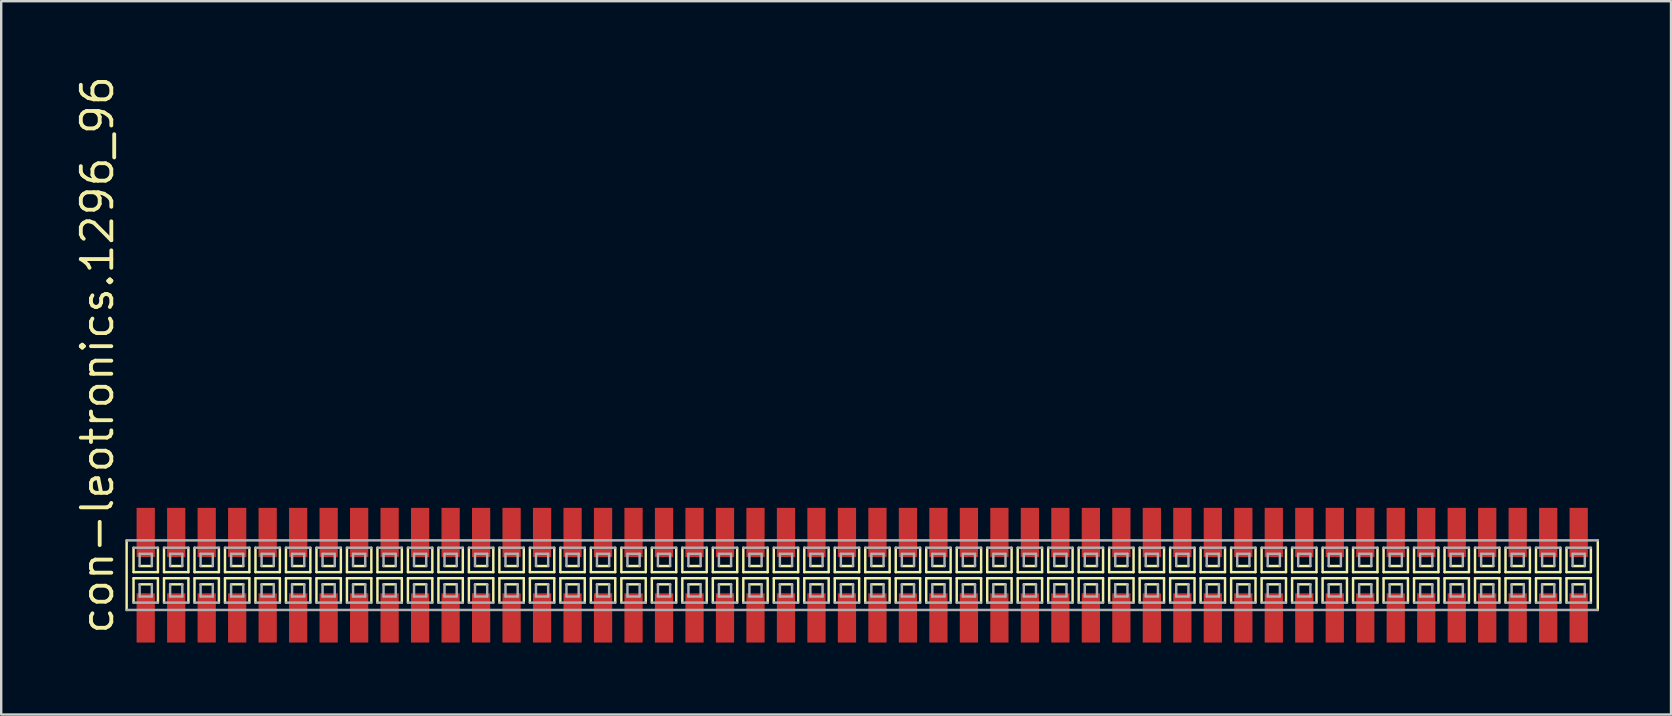
<source format=kicad_pcb>
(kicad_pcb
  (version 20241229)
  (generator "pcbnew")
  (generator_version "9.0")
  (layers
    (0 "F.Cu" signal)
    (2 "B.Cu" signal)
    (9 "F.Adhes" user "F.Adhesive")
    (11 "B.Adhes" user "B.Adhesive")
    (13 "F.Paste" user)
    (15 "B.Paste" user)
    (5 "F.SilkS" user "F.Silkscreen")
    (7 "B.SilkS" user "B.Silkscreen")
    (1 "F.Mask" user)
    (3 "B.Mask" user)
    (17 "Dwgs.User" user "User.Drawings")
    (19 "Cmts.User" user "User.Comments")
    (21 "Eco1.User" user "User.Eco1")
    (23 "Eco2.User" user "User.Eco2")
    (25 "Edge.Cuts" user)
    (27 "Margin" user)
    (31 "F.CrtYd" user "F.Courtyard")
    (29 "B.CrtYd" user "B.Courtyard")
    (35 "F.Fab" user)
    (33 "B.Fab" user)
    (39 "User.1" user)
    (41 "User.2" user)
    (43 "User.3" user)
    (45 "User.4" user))
  (footprint "con-leotronics.1296_96"
    (layer "F.Cu")
    (at 32.865 20.909)
    (property "Reference" "con-leotronics.1296_96" (at -31.115 2.54 90) (layer "F.SilkS") (effects (font (size 1.27 1.27) (thickness 0.16)) (justify left bottom)))
    (attr smd)
    (fp_line (start -30.64 -1.45) (end -30.64 1.45) (stroke (width 0.102) (type default)) (layer "F.SilkS"))
    (fp_line (start -30.353 -1.143) (end -30.353 -0.127) (stroke (width 0.102) (type default)) (layer "F.SilkS"))
    (fp_line (start -30.353 -0.127) (end -29.337 -0.127) (stroke (width 0.102) (type default)) (layer "F.SilkS"))
    (fp_line (start -30.353 0.127) (end -30.353 1.143) (stroke (width 0.102) (type default)) (layer "F.SilkS"))
    (fp_line (start -30.099 -0.381) (end -29.591 -0.381) (stroke (width 0.102) (type default)) (layer "F.SilkS"))
    (fp_line (start -29.591 0.381) (end -30.099 0.381) (stroke (width 0.102) (type default)) (layer "F.SilkS"))
    (fp_line (start -29.337 -0.127) (end -29.337 -1.143) (stroke (width 0.102) (type default)) (layer "F.SilkS"))
    (fp_line (start -29.337 0.127) (end -30.353 0.127) (stroke (width 0.102) (type default)) (layer "F.SilkS"))
    (fp_line (start -29.337 1.143) (end -29.337 0.127) (stroke (width 0.102) (type default)) (layer "F.SilkS"))
    (fp_line (start -29.083 -1.143) (end -29.083 -0.127) (stroke (width 0.102) (type default)) (layer "F.SilkS"))
    (fp_line (start -29.083 -0.127) (end -28.067 -0.127) (stroke (width 0.102) (type default)) (layer "F.SilkS"))
    (fp_line (start -29.083 0.127) (end -29.083 1.143) (stroke (width 0.102) (type default)) (layer "F.SilkS"))
    (fp_line (start -28.829 -0.381) (end -28.321 -0.381) (stroke (width 0.102) (type default)) (layer "F.SilkS"))
    (fp_line (start -28.321 0.381) (end -28.829 0.381) (stroke (width 0.102) (type default)) (layer "F.SilkS"))
    (fp_line (start -28.067 -0.127) (end -28.067 -1.143) (stroke (width 0.102) (type default)) (layer "F.SilkS"))
    (fp_line (start -28.067 0.127) (end -29.083 0.127) (stroke (width 0.102) (type default)) (layer "F.SilkS"))
    (fp_line (start -28.067 1.143) (end -28.067 0.127) (stroke (width 0.102) (type default)) (layer "F.SilkS"))
    (fp_line (start -27.813 -1.143) (end -27.813 -0.127) (stroke (width 0.102) (type default)) (layer "F.SilkS"))
    (fp_line (start -27.813 -0.127) (end -26.797 -0.127) (stroke (width 0.102) (type default)) (layer "F.SilkS"))
    (fp_line (start -27.813 0.127) (end -27.813 1.143) (stroke (width 0.102) (type default)) (layer "F.SilkS"))
    (fp_line (start -27.559 -0.381) (end -27.051 -0.381) (stroke (width 0.102) (type default)) (layer "F.SilkS"))
    (fp_line (start -27.051 0.381) (end -27.559 0.381) (stroke (width 0.102) (type default)) (layer "F.SilkS"))
    (fp_line (start -26.797 -0.127) (end -26.797 -1.143) (stroke (width 0.102) (type default)) (layer "F.SilkS"))
    (fp_line (start -26.797 0.127) (end -27.813 0.127) (stroke (width 0.102) (type default)) (layer "F.SilkS"))
    (fp_line (start -26.797 1.143) (end -26.797 0.127) (stroke (width 0.102) (type default)) (layer "F.SilkS"))
    (fp_line (start -26.543 -1.143) (end -26.543 -0.127) (stroke (width 0.102) (type default)) (layer "F.SilkS"))
    (fp_line (start -26.543 -0.127) (end -25.527 -0.127) (stroke (width 0.102) (type default)) (layer "F.SilkS"))
    (fp_line (start -26.543 0.127) (end -26.543 1.143) (stroke (width 0.102) (type default)) (layer "F.SilkS"))
    (fp_line (start -26.289 -0.381) (end -25.781 -0.381) (stroke (width 0.102) (type default)) (layer "F.SilkS"))
    (fp_line (start -25.781 0.381) (end -26.289 0.381) (stroke (width 0.102) (type default)) (layer "F.SilkS"))
    (fp_line (start -25.527 -0.127) (end -25.527 -1.143) (stroke (width 0.102) (type default)) (layer "F.SilkS"))
    (fp_line (start -25.527 0.127) (end -26.543 0.127) (stroke (width 0.102) (type default)) (layer "F.SilkS"))
    (fp_line (start -25.527 1.143) (end -25.527 0.127) (stroke (width 0.102) (type default)) (layer "F.SilkS"))
    (fp_line (start -25.273 -1.143) (end -25.273 -0.127) (stroke (width 0.102) (type default)) (layer "F.SilkS"))
    (fp_line (start -25.273 -0.127) (end -24.257 -0.127) (stroke (width 0.102) (type default)) (layer "F.SilkS"))
    (fp_line (start -25.273 0.127) (end -25.273 1.143) (stroke (width 0.102) (type default)) (layer "F.SilkS"))
    (fp_line (start -25.019 -0.381) (end -24.511 -0.381) (stroke (width 0.102) (type default)) (layer "F.SilkS"))
    (fp_line (start -24.511 0.381) (end -25.019 0.381) (stroke (width 0.102) (type default)) (layer "F.SilkS"))
    (fp_line (start -24.257 -0.127) (end -24.257 -1.143) (stroke (width 0.102) (type default)) (layer "F.SilkS"))
    (fp_line (start -24.257 0.127) (end -25.273 0.127) (stroke (width 0.102) (type default)) (layer "F.SilkS"))
    (fp_line (start -24.257 1.143) (end -24.257 0.127) (stroke (width 0.102) (type default)) (layer "F.SilkS"))
    (fp_line (start -24.003 -1.143) (end -24.003 -0.127) (stroke (width 0.102) (type default)) (layer "F.SilkS"))
    (fp_line (start -24.003 -0.127) (end -22.987 -0.127) (stroke (width 0.102) (type default)) (layer "F.SilkS"))
    (fp_line (start -24.003 0.127) (end -24.003 1.143) (stroke (width 0.102) (type default)) (layer "F.SilkS"))
    (fp_line (start -23.749 -0.381) (end -23.241 -0.381) (stroke (width 0.102) (type default)) (layer "F.SilkS"))
    (fp_line (start -23.241 0.381) (end -23.749 0.381) (stroke (width 0.102) (type default)) (layer "F.SilkS"))
    (fp_line (start -22.987 -0.127) (end -22.987 -1.143) (stroke (width 0.102) (type default)) (layer "F.SilkS"))
    (fp_line (start -22.987 0.127) (end -24.003 0.127) (stroke (width 0.102) (type default)) (layer "F.SilkS"))
    (fp_line (start -22.987 1.143) (end -22.987 0.127) (stroke (width 0.102) (type default)) (layer "F.SilkS"))
    (fp_line (start -22.733 -1.143) (end -22.733 -0.127) (stroke (width 0.102) (type default)) (layer "F.SilkS"))
    (fp_line (start -22.733 -0.127) (end -21.717 -0.127) (stroke (width 0.102) (type default)) (layer "F.SilkS"))
    (fp_line (start -22.733 0.127) (end -22.733 1.143) (stroke (width 0.102) (type default)) (layer "F.SilkS"))
    (fp_line (start -22.479 -0.381) (end -21.971 -0.381) (stroke (width 0.102) (type default)) (layer "F.SilkS"))
    (fp_line (start -21.971 0.381) (end -22.479 0.381) (stroke (width 0.102) (type default)) (layer "F.SilkS"))
    (fp_line (start -21.717 -0.127) (end -21.717 -1.143) (stroke (width 0.102) (type default)) (layer "F.SilkS"))
    (fp_line (start -21.717 0.127) (end -22.733 0.127) (stroke (width 0.102) (type default)) (layer "F.SilkS"))
    (fp_line (start -21.717 1.143) (end -21.717 0.127) (stroke (width 0.102) (type default)) (layer "F.SilkS"))
    (fp_line (start -21.463 -1.143) (end -21.463 -0.127) (stroke (width 0.102) (type default)) (layer "F.SilkS"))
    (fp_line (start -21.463 -0.127) (end -20.447 -0.127) (stroke (width 0.102) (type default)) (layer "F.SilkS"))
    (fp_line (start -21.463 0.127) (end -21.463 1.143) (stroke (width 0.102) (type default)) (layer "F.SilkS"))
    (fp_line (start -21.209 -0.381) (end -20.701 -0.381) (stroke (width 0.102) (type default)) (layer "F.SilkS"))
    (fp_line (start -20.701 0.381) (end -21.209 0.381) (stroke (width 0.102) (type default)) (layer "F.SilkS"))
    (fp_line (start -20.447 -0.127) (end -20.447 -1.143) (stroke (width 0.102) (type default)) (layer "F.SilkS"))
    (fp_line (start -20.447 0.127) (end -21.463 0.127) (stroke (width 0.102) (type default)) (layer "F.SilkS"))
    (fp_line (start -20.447 1.143) (end -20.447 0.127) (stroke (width 0.102) (type default)) (layer "F.SilkS"))
    (fp_line (start -20.193 -1.143) (end -20.193 -0.127) (stroke (width 0.102) (type default)) (layer "F.SilkS"))
    (fp_line (start -20.193 -0.127) (end -19.177 -0.127) (stroke (width 0.102) (type default)) (layer "F.SilkS"))
    (fp_line (start -20.193 0.127) (end -20.193 1.143) (stroke (width 0.102) (type default)) (layer "F.SilkS"))
    (fp_line (start -19.939 -0.381) (end -19.431 -0.381) (stroke (width 0.102) (type default)) (layer "F.SilkS"))
    (fp_line (start -19.431 0.381) (end -19.939 0.381) (stroke (width 0.102) (type default)) (layer "F.SilkS"))
    (fp_line (start -19.177 -0.127) (end -19.177 -1.143) (stroke (width 0.102) (type default)) (layer "F.SilkS"))
    (fp_line (start -19.177 0.127) (end -20.193 0.127) (stroke (width 0.102) (type default)) (layer "F.SilkS"))
    (fp_line (start -19.177 1.143) (end -19.177 0.127) (stroke (width 0.102) (type default)) (layer "F.SilkS"))
    (fp_line (start -18.923 -1.143) (end -18.923 -0.127) (stroke (width 0.102) (type default)) (layer "F.SilkS"))
    (fp_line (start -18.923 -0.127) (end -17.907 -0.127) (stroke (width 0.102) (type default)) (layer "F.SilkS"))
    (fp_line (start -18.923 0.127) (end -18.923 1.143) (stroke (width 0.102) (type default)) (layer "F.SilkS"))
    (fp_line (start -18.669 -0.381) (end -18.161 -0.381) (stroke (width 0.102) (type default)) (layer "F.SilkS"))
    (fp_line (start -18.161 0.381) (end -18.669 0.381) (stroke (width 0.102) (type default)) (layer "F.SilkS"))
    (fp_line (start -17.907 -0.127) (end -17.907 -1.143) (stroke (width 0.102) (type default)) (layer "F.SilkS"))
    (fp_line (start -17.907 0.127) (end -18.923 0.127) (stroke (width 0.102) (type default)) (layer "F.SilkS"))
    (fp_line (start -17.907 1.143) (end -17.907 0.127) (stroke (width 0.102) (type default)) (layer "F.SilkS"))
    (fp_line (start -17.653 -1.143) (end -17.653 -0.127) (stroke (width 0.102) (type default)) (layer "F.SilkS"))
    (fp_line (start -17.653 -0.127) (end -16.637 -0.127) (stroke (width 0.102) (type default)) (layer "F.SilkS"))
    (fp_line (start -17.653 0.127) (end -17.653 1.143) (stroke (width 0.102) (type default)) (layer "F.SilkS"))
    (fp_line (start -17.399 -0.381) (end -16.891 -0.381) (stroke (width 0.102) (type default)) (layer "F.SilkS"))
    (fp_line (start -16.891 0.381) (end -17.399 0.381) (stroke (width 0.102) (type default)) (layer "F.SilkS"))
    (fp_line (start -16.637 -0.127) (end -16.637 -1.143) (stroke (width 0.102) (type default)) (layer "F.SilkS"))
    (fp_line (start -16.637 0.127) (end -17.653 0.127) (stroke (width 0.102) (type default)) (layer "F.SilkS"))
    (fp_line (start -16.637 1.143) (end -16.637 0.127) (stroke (width 0.102) (type default)) (layer "F.SilkS"))
    (fp_line (start -16.383 -1.143) (end -16.383 -0.127) (stroke (width 0.102) (type default)) (layer "F.SilkS"))
    (fp_line (start -16.383 -0.127) (end -15.367 -0.127) (stroke (width 0.102) (type default)) (layer "F.SilkS"))
    (fp_line (start -16.383 0.127) (end -16.383 1.143) (stroke (width 0.102) (type default)) (layer "F.SilkS"))
    (fp_line (start -16.129 -0.381) (end -15.621 -0.381) (stroke (width 0.102) (type default)) (layer "F.SilkS"))
    (fp_line (start -15.621 0.381) (end -16.129 0.381) (stroke (width 0.102) (type default)) (layer "F.SilkS"))
    (fp_line (start -15.367 -0.127) (end -15.367 -1.143) (stroke (width 0.102) (type default)) (layer "F.SilkS"))
    (fp_line (start -15.367 0.127) (end -16.383 0.127) (stroke (width 0.102) (type default)) (layer "F.SilkS"))
    (fp_line (start -15.367 1.143) (end -15.367 0.127) (stroke (width 0.102) (type default)) (layer "F.SilkS"))
    (fp_line (start -15.113 -1.143) (end -15.113 -0.127) (stroke (width 0.102) (type default)) (layer "F.SilkS"))
    (fp_line (start -15.113 -0.127) (end -14.097 -0.127) (stroke (width 0.102) (type default)) (layer "F.SilkS"))
    (fp_line (start -15.113 0.127) (end -15.113 1.143) (stroke (width 0.102) (type default)) (layer "F.SilkS"))
    (fp_line (start -14.859 -0.381) (end -14.351 -0.381) (stroke (width 0.102) (type default)) (layer "F.SilkS"))
    (fp_line (start -14.351 0.381) (end -14.859 0.381) (stroke (width 0.102) (type default)) (layer "F.SilkS"))
    (fp_line (start -14.097 -0.127) (end -14.097 -1.143) (stroke (width 0.102) (type default)) (layer "F.SilkS"))
    (fp_line (start -14.097 0.127) (end -15.113 0.127) (stroke (width 0.102) (type default)) (layer "F.SilkS"))
    (fp_line (start -14.097 1.143) (end -14.097 0.127) (stroke (width 0.102) (type default)) (layer "F.SilkS"))
    (fp_line (start -13.843 -1.143) (end -13.843 -0.127) (stroke (width 0.102) (type default)) (layer "F.SilkS"))
    (fp_line (start -13.843 -0.127) (end -12.827 -0.127) (stroke (width 0.102) (type default)) (layer "F.SilkS"))
    (fp_line (start -13.843 0.127) (end -13.843 1.143) (stroke (width 0.102) (type default)) (layer "F.SilkS"))
    (fp_line (start -13.589 -0.381) (end -13.081 -0.381) (stroke (width 0.102) (type default)) (layer "F.SilkS"))
    (fp_line (start -13.081 0.381) (end -13.589 0.381) (stroke (width 0.102) (type default)) (layer "F.SilkS"))
    (fp_line (start -12.827 -0.127) (end -12.827 -1.143) (stroke (width 0.102) (type default)) (layer "F.SilkS"))
    (fp_line (start -12.827 0.127) (end -13.843 0.127) (stroke (width 0.102) (type default)) (layer "F.SilkS"))
    (fp_line (start -12.827 1.143) (end -12.827 0.127) (stroke (width 0.102) (type default)) (layer "F.SilkS"))
    (fp_line (start -12.573 -1.143) (end -12.573 -0.127) (stroke (width 0.102) (type default)) (layer "F.SilkS"))
    (fp_line (start -12.573 -0.127) (end -11.557 -0.127) (stroke (width 0.102) (type default)) (layer "F.SilkS"))
    (fp_line (start -12.573 0.127) (end -12.573 1.143) (stroke (width 0.102) (type default)) (layer "F.SilkS"))
    (fp_line (start -12.319 -0.381) (end -11.811 -0.381) (stroke (width 0.102) (type default)) (layer "F.SilkS"))
    (fp_line (start -11.811 0.381) (end -12.319 0.381) (stroke (width 0.102) (type default)) (layer "F.SilkS"))
    (fp_line (start -11.557 -0.127) (end -11.557 -1.143) (stroke (width 0.102) (type default)) (layer "F.SilkS"))
    (fp_line (start -11.557 0.127) (end -12.573 0.127) (stroke (width 0.102) (type default)) (layer "F.SilkS"))
    (fp_line (start -11.557 1.143) (end -11.557 0.127) (stroke (width 0.102) (type default)) (layer "F.SilkS"))
    (fp_line (start -11.303 -1.143) (end -11.303 -0.127) (stroke (width 0.102) (type default)) (layer "F.SilkS"))
    (fp_line (start -11.303 -0.127) (end -10.287 -0.127) (stroke (width 0.102) (type default)) (layer "F.SilkS"))
    (fp_line (start -11.303 0.127) (end -11.303 1.143) (stroke (width 0.102) (type default)) (layer "F.SilkS"))
    (fp_line (start -11.049 -0.381) (end -10.541 -0.381) (stroke (width 0.102) (type default)) (layer "F.SilkS"))
    (fp_line (start -10.541 0.381) (end -11.049 0.381) (stroke (width 0.102) (type default)) (layer "F.SilkS"))
    (fp_line (start -10.287 -0.127) (end -10.287 -1.143) (stroke (width 0.102) (type default)) (layer "F.SilkS"))
    (fp_line (start -10.287 0.127) (end -11.303 0.127) (stroke (width 0.102) (type default)) (layer "F.SilkS"))
    (fp_line (start -10.287 1.143) (end -10.287 0.127) (stroke (width 0.102) (type default)) (layer "F.SilkS"))
    (fp_line (start -10.033 -1.143) (end -10.033 -0.127) (stroke (width 0.102) (type default)) (layer "F.SilkS"))
    (fp_line (start -10.033 -0.127) (end -9.017 -0.127) (stroke (width 0.102) (type default)) (layer "F.SilkS"))
    (fp_line (start -10.033 0.127) (end -10.033 1.143) (stroke (width 0.102) (type default)) (layer "F.SilkS"))
    (fp_line (start -9.779 -0.381) (end -9.271 -0.381) (stroke (width 0.102) (type default)) (layer "F.SilkS"))
    (fp_line (start -9.271 0.381) (end -9.779 0.381) (stroke (width 0.102) (type default)) (layer "F.SilkS"))
    (fp_line (start -9.017 -0.127) (end -9.017 -1.143) (stroke (width 0.102) (type default)) (layer "F.SilkS"))
    (fp_line (start -9.017 0.127) (end -10.033 0.127) (stroke (width 0.102) (type default)) (layer "F.SilkS"))
    (fp_line (start -9.017 1.143) (end -9.017 0.127) (stroke (width 0.102) (type default)) (layer "F.SilkS"))
    (fp_line (start -8.763 -1.143) (end -8.763 -0.127) (stroke (width 0.102) (type default)) (layer "F.SilkS"))
    (fp_line (start -8.763 -0.127) (end -7.747 -0.127) (stroke (width 0.102) (type default)) (layer "F.SilkS"))
    (fp_line (start -8.763 0.127) (end -8.763 1.143) (stroke (width 0.102) (type default)) (layer "F.SilkS"))
    (fp_line (start -8.509 -0.381) (end -8.001 -0.381) (stroke (width 0.102) (type default)) (layer "F.SilkS"))
    (fp_line (start -8.001 0.381) (end -8.509 0.381) (stroke (width 0.102) (type default)) (layer "F.SilkS"))
    (fp_line (start -7.747 -0.127) (end -7.747 -1.143) (stroke (width 0.102) (type default)) (layer "F.SilkS"))
    (fp_line (start -7.747 0.127) (end -8.763 0.127) (stroke (width 0.102) (type default)) (layer "F.SilkS"))
    (fp_line (start -7.747 1.143) (end -7.747 0.127) (stroke (width 0.102) (type default)) (layer "F.SilkS"))
    (fp_line (start -7.493 -1.143) (end -7.493 -0.127) (stroke (width 0.102) (type default)) (layer "F.SilkS"))
    (fp_line (start -7.493 -0.127) (end -6.477 -0.127) (stroke (width 0.102) (type default)) (layer "F.SilkS"))
    (fp_line (start -7.493 0.127) (end -7.493 1.143) (stroke (width 0.102) (type default)) (layer "F.SilkS"))
    (fp_line (start -7.239 -0.381) (end -6.731 -0.381) (stroke (width 0.102) (type default)) (layer "F.SilkS"))
    (fp_line (start -6.731 0.381) (end -7.239 0.381) (stroke (width 0.102) (type default)) (layer "F.SilkS"))
    (fp_line (start -6.477 -0.127) (end -6.477 -1.143) (stroke (width 0.102) (type default)) (layer "F.SilkS"))
    (fp_line (start -6.477 0.127) (end -7.493 0.127) (stroke (width 0.102) (type default)) (layer "F.SilkS"))
    (fp_line (start -6.477 1.143) (end -6.477 0.127) (stroke (width 0.102) (type default)) (layer "F.SilkS"))
    (fp_line (start -6.223 -1.143) (end -6.223 -0.127) (stroke (width 0.102) (type default)) (layer "F.SilkS"))
    (fp_line (start -6.223 -0.127) (end -5.207 -0.127) (stroke (width 0.102) (type default)) (layer "F.SilkS"))
    (fp_line (start -6.223 0.127) (end -6.223 1.143) (stroke (width 0.102) (type default)) (layer "F.SilkS"))
    (fp_line (start -5.969 -0.381) (end -5.461 -0.381) (stroke (width 0.102) (type default)) (layer "F.SilkS"))
    (fp_line (start -5.461 0.381) (end -5.969 0.381) (stroke (width 0.102) (type default)) (layer "F.SilkS"))
    (fp_line (start -5.207 -0.127) (end -5.207 -1.143) (stroke (width 0.102) (type default)) (layer "F.SilkS"))
    (fp_line (start -5.207 0.127) (end -6.223 0.127) (stroke (width 0.102) (type default)) (layer "F.SilkS"))
    (fp_line (start -5.207 1.143) (end -5.207 0.127) (stroke (width 0.102) (type default)) (layer "F.SilkS"))
    (fp_line (start -4.953 -1.143) (end -4.953 -0.127) (stroke (width 0.102) (type default)) (layer "F.SilkS"))
    (fp_line (start -4.953 -0.127) (end -3.937 -0.127) (stroke (width 0.102) (type default)) (layer "F.SilkS"))
    (fp_line (start -4.953 0.127) (end -4.953 1.143) (stroke (width 0.102) (type default)) (layer "F.SilkS"))
    (fp_line (start -4.699 -0.381) (end -4.191 -0.381) (stroke (width 0.102) (type default)) (layer "F.SilkS"))
    (fp_line (start -4.191 0.381) (end -4.699 0.381) (stroke (width 0.102) (type default)) (layer "F.SilkS"))
    (fp_line (start -3.937 -0.127) (end -3.937 -1.143) (stroke (width 0.102) (type default)) (layer "F.SilkS"))
    (fp_line (start -3.937 0.127) (end -4.953 0.127) (stroke (width 0.102) (type default)) (layer "F.SilkS"))
    (fp_line (start -3.937 1.143) (end -3.937 0.127) (stroke (width 0.102) (type default)) (layer "F.SilkS"))
    (fp_line (start -3.683 -1.143) (end -3.683 -0.127) (stroke (width 0.102) (type default)) (layer "F.SilkS"))
    (fp_line (start -3.683 -0.127) (end -2.667 -0.127) (stroke (width 0.102) (type default)) (layer "F.SilkS"))
    (fp_line (start -3.683 0.127) (end -3.683 1.143) (stroke (width 0.102) (type default)) (layer "F.SilkS"))
    (fp_line (start -3.429 -0.381) (end -2.921 -0.381) (stroke (width 0.102) (type default)) (layer "F.SilkS"))
    (fp_line (start -2.921 0.381) (end -3.429 0.381) (stroke (width 0.102) (type default)) (layer "F.SilkS"))
    (fp_line (start -2.667 -0.127) (end -2.667 -1.143) (stroke (width 0.102) (type default)) (layer "F.SilkS"))
    (fp_line (start -2.667 0.127) (end -3.683 0.127) (stroke (width 0.102) (type default)) (layer "F.SilkS"))
    (fp_line (start -2.667 1.143) (end -2.667 0.127) (stroke (width 0.102) (type default)) (layer "F.SilkS"))
    (fp_line (start -2.413 -1.143) (end -2.413 -0.127) (stroke (width 0.102) (type default)) (layer "F.SilkS"))
    (fp_line (start -2.413 -0.127) (end -1.397 -0.127) (stroke (width 0.102) (type default)) (layer "F.SilkS"))
    (fp_line (start -2.413 0.127) (end -2.413 1.143) (stroke (width 0.102) (type default)) (layer "F.SilkS"))
    (fp_line (start -2.159 -0.381) (end -1.651 -0.381) (stroke (width 0.102) (type default)) (layer "F.SilkS"))
    (fp_line (start -1.651 0.381) (end -2.159 0.381) (stroke (width 0.102) (type default)) (layer "F.SilkS"))
    (fp_line (start -1.397 -0.127) (end -1.397 -1.143) (stroke (width 0.102) (type default)) (layer "F.SilkS"))
    (fp_line (start -1.397 0.127) (end -2.413 0.127) (stroke (width 0.102) (type default)) (layer "F.SilkS"))
    (fp_line (start -1.397 1.143) (end -1.397 0.127) (stroke (width 0.102) (type default)) (layer "F.SilkS"))
    (fp_line (start -1.143 -1.143) (end -1.143 -0.127) (stroke (width 0.102) (type default)) (layer "F.SilkS"))
    (fp_line (start -1.143 -0.127) (end -0.127 -0.127) (stroke (width 0.102) (type default)) (layer "F.SilkS"))
    (fp_line (start -1.143 0.127) (end -1.143 1.143) (stroke (width 0.102) (type default)) (layer "F.SilkS"))
    (fp_line (start -0.889 -0.381) (end -0.381 -0.381) (stroke (width 0.102) (type default)) (layer "F.SilkS"))
    (fp_line (start -0.381 0.381) (end -0.889 0.381) (stroke (width 0.102) (type default)) (layer "F.SilkS"))
    (fp_line (start -0.127 -0.127) (end -0.127 -1.143) (stroke (width 0.102) (type default)) (layer "F.SilkS"))
    (fp_line (start -0.127 0.127) (end -1.143 0.127) (stroke (width 0.102) (type default)) (layer "F.SilkS"))
    (fp_line (start -0.127 1.143) (end -0.127 0.127) (stroke (width 0.102) (type default)) (layer "F.SilkS"))
    (fp_line (start 0.127 -1.143) (end 0.127 -0.127) (stroke (width 0.102) (type default)) (layer "F.SilkS"))
    (fp_line (start 0.127 -0.127) (end 1.143 -0.127) (stroke (width 0.102) (type default)) (layer "F.SilkS"))
    (fp_line (start 0.127 0.127) (end 0.127 1.143) (stroke (width 0.102) (type default)) (layer "F.SilkS"))
    (fp_line (start 0.381 -0.381) (end 0.889 -0.381) (stroke (width 0.102) (type default)) (layer "F.SilkS"))
    (fp_line (start 0.889 0.381) (end 0.381 0.381) (stroke (width 0.102) (type default)) (layer "F.SilkS"))
    (fp_line (start 1.143 -0.127) (end 1.143 -1.143) (stroke (width 0.102) (type default)) (layer "F.SilkS"))
    (fp_line (start 1.143 0.127) (end 0.127 0.127) (stroke (width 0.102) (type default)) (layer "F.SilkS"))
    (fp_line (start 1.143 1.143) (end 1.143 0.127) (stroke (width 0.102) (type default)) (layer "F.SilkS"))
    (fp_line (start 1.397 -1.143) (end 1.397 -0.127) (stroke (width 0.102) (type default)) (layer "F.SilkS"))
    (fp_line (start 1.397 -0.127) (end 2.413 -0.127) (stroke (width 0.102) (type default)) (layer "F.SilkS"))
    (fp_line (start 1.397 0.127) (end 1.397 1.143) (stroke (width 0.102) (type default)) (layer "F.SilkS"))
    (fp_line (start 1.651 -0.381) (end 2.159 -0.381) (stroke (width 0.102) (type default)) (layer "F.SilkS"))
    (fp_line (start 2.159 0.381) (end 1.651 0.381) (stroke (width 0.102) (type default)) (layer "F.SilkS"))
    (fp_line (start 2.413 -0.127) (end 2.413 -1.143) (stroke (width 0.102) (type default)) (layer "F.SilkS"))
    (fp_line (start 2.413 0.127) (end 1.397 0.127) (stroke (width 0.102) (type default)) (layer "F.SilkS"))
    (fp_line (start 2.413 1.143) (end 2.413 0.127) (stroke (width 0.102) (type default)) (layer "F.SilkS"))
    (fp_line (start 2.667 -1.143) (end 2.667 -0.127) (stroke (width 0.102) (type default)) (layer "F.SilkS"))
    (fp_line (start 2.667 -0.127) (end 3.683 -0.127) (stroke (width 0.102) (type default)) (layer "F.SilkS"))
    (fp_line (start 2.667 0.127) (end 2.667 1.143) (stroke (width 0.102) (type default)) (layer "F.SilkS"))
    (fp_line (start 2.921 -0.381) (end 3.429 -0.381) (stroke (width 0.102) (type default)) (layer "F.SilkS"))
    (fp_line (start 3.429 0.381) (end 2.921 0.381) (stroke (width 0.102) (type default)) (layer "F.SilkS"))
    (fp_line (start 3.683 -0.127) (end 3.683 -1.143) (stroke (width 0.102) (type default)) (layer "F.SilkS"))
    (fp_line (start 3.683 0.127) (end 2.667 0.127) (stroke (width 0.102) (type default)) (layer "F.SilkS"))
    (fp_line (start 3.683 1.143) (end 3.683 0.127) (stroke (width 0.102) (type default)) (layer "F.SilkS"))
    (fp_line (start 3.937 -1.143) (end 3.937 -0.127) (stroke (width 0.102) (type default)) (layer "F.SilkS"))
    (fp_line (start 3.937 -0.127) (end 4.953 -0.127) (stroke (width 0.102) (type default)) (layer "F.SilkS"))
    (fp_line (start 3.937 0.127) (end 3.937 1.143) (stroke (width 0.102) (type default)) (layer "F.SilkS"))
    (fp_line (start 4.191 -0.381) (end 4.699 -0.381) (stroke (width 0.102) (type default)) (layer "F.SilkS"))
    (fp_line (start 4.699 0.381) (end 4.191 0.381) (stroke (width 0.102) (type default)) (layer "F.SilkS"))
    (fp_line (start 4.953 -0.127) (end 4.953 -1.143) (stroke (width 0.102) (type default)) (layer "F.SilkS"))
    (fp_line (start 4.953 0.127) (end 3.937 0.127) (stroke (width 0.102) (type default)) (layer "F.SilkS"))
    (fp_line (start 4.953 1.143) (end 4.953 0.127) (stroke (width 0.102) (type default)) (layer "F.SilkS"))
    (fp_line (start 5.207 -1.143) (end 5.207 -0.127) (stroke (width 0.102) (type default)) (layer "F.SilkS"))
    (fp_line (start 5.207 -0.127) (end 6.223 -0.127) (stroke (width 0.102) (type default)) (layer "F.SilkS"))
    (fp_line (start 5.207 0.127) (end 5.207 1.143) (stroke (width 0.102) (type default)) (layer "F.SilkS"))
    (fp_line (start 5.461 -0.381) (end 5.969 -0.381) (stroke (width 0.102) (type default)) (layer "F.SilkS"))
    (fp_line (start 5.969 0.381) (end 5.461 0.381) (stroke (width 0.102) (type default)) (layer "F.SilkS"))
    (fp_line (start 6.223 -0.127) (end 6.223 -1.143) (stroke (width 0.102) (type default)) (layer "F.SilkS"))
    (fp_line (start 6.223 0.127) (end 5.207 0.127) (stroke (width 0.102) (type default)) (layer "F.SilkS"))
    (fp_line (start 6.223 1.143) (end 6.223 0.127) (stroke (width 0.102) (type default)) (layer "F.SilkS"))
    (fp_line (start 6.477 -1.143) (end 6.477 -0.127) (stroke (width 0.102) (type default)) (layer "F.SilkS"))
    (fp_line (start 6.477 -0.127) (end 7.493 -0.127) (stroke (width 0.102) (type default)) (layer "F.SilkS"))
    (fp_line (start 6.477 0.127) (end 6.477 1.143) (stroke (width 0.102) (type default)) (layer "F.SilkS"))
    (fp_line (start 6.731 -0.381) (end 7.239 -0.381) (stroke (width 0.102) (type default)) (layer "F.SilkS"))
    (fp_line (start 7.239 0.381) (end 6.731 0.381) (stroke (width 0.102) (type default)) (layer "F.SilkS"))
    (fp_line (start 7.493 -0.127) (end 7.493 -1.143) (stroke (width 0.102) (type default)) (layer "F.SilkS"))
    (fp_line (start 7.493 0.127) (end 6.477 0.127) (stroke (width 0.102) (type default)) (layer "F.SilkS"))
    (fp_line (start 7.493 1.143) (end 7.493 0.127) (stroke (width 0.102) (type default)) (layer "F.SilkS"))
    (fp_line (start 7.747 -1.143) (end 7.747 -0.127) (stroke (width 0.102) (type default)) (layer "F.SilkS"))
    (fp_line (start 7.747 -0.127) (end 8.763 -0.127) (stroke (width 0.102) (type default)) (layer "F.SilkS"))
    (fp_line (start 7.747 0.127) (end 7.747 1.143) (stroke (width 0.102) (type default)) (layer "F.SilkS"))
    (fp_line (start 8.001 -0.381) (end 8.509 -0.381) (stroke (width 0.102) (type default)) (layer "F.SilkS"))
    (fp_line (start 8.509 0.381) (end 8.001 0.381) (stroke (width 0.102) (type default)) (layer "F.SilkS"))
    (fp_line (start 8.763 -0.127) (end 8.763 -1.143) (stroke (width 0.102) (type default)) (layer "F.SilkS"))
    (fp_line (start 8.763 0.127) (end 7.747 0.127) (stroke (width 0.102) (type default)) (layer "F.SilkS"))
    (fp_line (start 8.763 1.143) (end 8.763 0.127) (stroke (width 0.102) (type default)) (layer "F.SilkS"))
    (fp_line (start 9.017 -1.143) (end 9.017 -0.127) (stroke (width 0.102) (type default)) (layer "F.SilkS"))
    (fp_line (start 9.017 -0.127) (end 10.033 -0.127) (stroke (width 0.102) (type default)) (layer "F.SilkS"))
    (fp_line (start 9.017 0.127) (end 9.017 1.143) (stroke (width 0.102) (type default)) (layer "F.SilkS"))
    (fp_line (start 9.271 -0.381) (end 9.779 -0.381) (stroke (width 0.102) (type default)) (layer "F.SilkS"))
    (fp_line (start 9.779 0.381) (end 9.271 0.381) (stroke (width 0.102) (type default)) (layer "F.SilkS"))
    (fp_line (start 10.033 -0.127) (end 10.033 -1.143) (stroke (width 0.102) (type default)) (layer "F.SilkS"))
    (fp_line (start 10.033 0.127) (end 9.017 0.127) (stroke (width 0.102) (type default)) (layer "F.SilkS"))
    (fp_line (start 10.033 1.143) (end 10.033 0.127) (stroke (width 0.102) (type default)) (layer "F.SilkS"))
    (fp_line (start 10.287 -1.143) (end 10.287 -0.127) (stroke (width 0.102) (type default)) (layer "F.SilkS"))
    (fp_line (start 10.287 -0.127) (end 11.303 -0.127) (stroke (width 0.102) (type default)) (layer "F.SilkS"))
    (fp_line (start 10.287 0.127) (end 10.287 1.143) (stroke (width 0.102) (type default)) (layer "F.SilkS"))
    (fp_line (start 10.541 -0.381) (end 11.049 -0.381) (stroke (width 0.102) (type default)) (layer "F.SilkS"))
    (fp_line (start 11.049 0.381) (end 10.541 0.381) (stroke (width 0.102) (type default)) (layer "F.SilkS"))
    (fp_line (start 11.303 -0.127) (end 11.303 -1.143) (stroke (width 0.102) (type default)) (layer "F.SilkS"))
    (fp_line (start 11.303 0.127) (end 10.287 0.127) (stroke (width 0.102) (type default)) (layer "F.SilkS"))
    (fp_line (start 11.303 1.143) (end 11.303 0.127) (stroke (width 0.102) (type default)) (layer "F.SilkS"))
    (fp_line (start 11.557 -1.143) (end 11.557 -0.127) (stroke (width 0.102) (type default)) (layer "F.SilkS"))
    (fp_line (start 11.557 -0.127) (end 12.573 -0.127) (stroke (width 0.102) (type default)) (layer "F.SilkS"))
    (fp_line (start 11.557 0.127) (end 11.557 1.143) (stroke (width 0.102) (type default)) (layer "F.SilkS"))
    (fp_line (start 11.811 -0.381) (end 12.319 -0.381) (stroke (width 0.102) (type default)) (layer "F.SilkS"))
    (fp_line (start 12.319 0.381) (end 11.811 0.381) (stroke (width 0.102) (type default)) (layer "F.SilkS"))
    (fp_line (start 12.573 -0.127) (end 12.573 -1.143) (stroke (width 0.102) (type default)) (layer "F.SilkS"))
    (fp_line (start 12.573 0.127) (end 11.557 0.127) (stroke (width 0.102) (type default)) (layer "F.SilkS"))
    (fp_line (start 12.573 1.143) (end 12.573 0.127) (stroke (width 0.102) (type default)) (layer "F.SilkS"))
    (fp_line (start 12.827 -1.143) (end 12.827 -0.127) (stroke (width 0.102) (type default)) (layer "F.SilkS"))
    (fp_line (start 12.827 -0.127) (end 13.843 -0.127) (stroke (width 0.102) (type default)) (layer "F.SilkS"))
    (fp_line (start 12.827 0.127) (end 12.827 1.143) (stroke (width 0.102) (type default)) (layer "F.SilkS"))
    (fp_line (start 13.081 -0.381) (end 13.589 -0.381) (stroke (width 0.102) (type default)) (layer "F.SilkS"))
    (fp_line (start 13.589 0.381) (end 13.081 0.381) (stroke (width 0.102) (type default)) (layer "F.SilkS"))
    (fp_line (start 13.843 -0.127) (end 13.843 -1.143) (stroke (width 0.102) (type default)) (layer "F.SilkS"))
    (fp_line (start 13.843 0.127) (end 12.827 0.127) (stroke (width 0.102) (type default)) (layer "F.SilkS"))
    (fp_line (start 13.843 1.143) (end 13.843 0.127) (stroke (width 0.102) (type default)) (layer "F.SilkS"))
    (fp_line (start 14.097 -1.143) (end 14.097 -0.127) (stroke (width 0.102) (type default)) (layer "F.SilkS"))
    (fp_line (start 14.097 -0.127) (end 15.113 -0.127) (stroke (width 0.102) (type default)) (layer "F.SilkS"))
    (fp_line (start 14.097 0.127) (end 14.097 1.143) (stroke (width 0.102) (type default)) (layer "F.SilkS"))
    (fp_line (start 14.351 -0.381) (end 14.859 -0.381) (stroke (width 0.102) (type default)) (layer "F.SilkS"))
    (fp_line (start 14.859 0.381) (end 14.351 0.381) (stroke (width 0.102) (type default)) (layer "F.SilkS"))
    (fp_line (start 15.113 -0.127) (end 15.113 -1.143) (stroke (width 0.102) (type default)) (layer "F.SilkS"))
    (fp_line (start 15.113 0.127) (end 14.097 0.127) (stroke (width 0.102) (type default)) (layer "F.SilkS"))
    (fp_line (start 15.113 1.143) (end 15.113 0.127) (stroke (width 0.102) (type default)) (layer "F.SilkS"))
    (fp_line (start 15.367 -1.143) (end 15.367 -0.127) (stroke (width 0.102) (type default)) (layer "F.SilkS"))
    (fp_line (start 15.367 -0.127) (end 16.383 -0.127) (stroke (width 0.102) (type default)) (layer "F.SilkS"))
    (fp_line (start 15.367 0.127) (end 15.367 1.143) (stroke (width 0.102) (type default)) (layer "F.SilkS"))
    (fp_line (start 15.621 -0.381) (end 16.129 -0.381) (stroke (width 0.102) (type default)) (layer "F.SilkS"))
    (fp_line (start 16.129 0.381) (end 15.621 0.381) (stroke (width 0.102) (type default)) (layer "F.SilkS"))
    (fp_line (start 16.383 -0.127) (end 16.383 -1.143) (stroke (width 0.102) (type default)) (layer "F.SilkS"))
    (fp_line (start 16.383 0.127) (end 15.367 0.127) (stroke (width 0.102) (type default)) (layer "F.SilkS"))
    (fp_line (start 16.383 1.143) (end 16.383 0.127) (stroke (width 0.102) (type default)) (layer "F.SilkS"))
    (fp_line (start 16.637 -1.143) (end 16.637 -0.127) (stroke (width 0.102) (type default)) (layer "F.SilkS"))
    (fp_line (start 16.637 -0.127) (end 17.653 -0.127) (stroke (width 0.102) (type default)) (layer "F.SilkS"))
    (fp_line (start 16.637 0.127) (end 16.637 1.143) (stroke (width 0.102) (type default)) (layer "F.SilkS"))
    (fp_line (start 16.891 -0.381) (end 17.399 -0.381) (stroke (width 0.102) (type default)) (layer "F.SilkS"))
    (fp_line (start 17.399 0.381) (end 16.891 0.381) (stroke (width 0.102) (type default)) (layer "F.SilkS"))
    (fp_line (start 17.653 -0.127) (end 17.653 -1.143) (stroke (width 0.102) (type default)) (layer "F.SilkS"))
    (fp_line (start 17.653 0.127) (end 16.637 0.127) (stroke (width 0.102) (type default)) (layer "F.SilkS"))
    (fp_line (start 17.653 1.143) (end 17.653 0.127) (stroke (width 0.102) (type default)) (layer "F.SilkS"))
    (fp_line (start 17.907 -1.143) (end 17.907 -0.127) (stroke (width 0.102) (type default)) (layer "F.SilkS"))
    (fp_line (start 17.907 -0.127) (end 18.923 -0.127) (stroke (width 0.102) (type default)) (layer "F.SilkS"))
    (fp_line (start 17.907 0.127) (end 17.907 1.143) (stroke (width 0.102) (type default)) (layer "F.SilkS"))
    (fp_line (start 18.161 -0.381) (end 18.669 -0.381) (stroke (width 0.102) (type default)) (layer "F.SilkS"))
    (fp_line (start 18.669 0.381) (end 18.161 0.381) (stroke (width 0.102) (type default)) (layer "F.SilkS"))
    (fp_line (start 18.923 -0.127) (end 18.923 -1.143) (stroke (width 0.102) (type default)) (layer "F.SilkS"))
    (fp_line (start 18.923 0.127) (end 17.907 0.127) (stroke (width 0.102) (type default)) (layer "F.SilkS"))
    (fp_line (start 18.923 1.143) (end 18.923 0.127) (stroke (width 0.102) (type default)) (layer "F.SilkS"))
    (fp_line (start 19.177 -1.143) (end 19.177 -0.127) (stroke (width 0.102) (type default)) (layer "F.SilkS"))
    (fp_line (start 19.177 -0.127) (end 20.193 -0.127) (stroke (width 0.102) (type default)) (layer "F.SilkS"))
    (fp_line (start 19.177 0.127) (end 19.177 1.143) (stroke (width 0.102) (type default)) (layer "F.SilkS"))
    (fp_line (start 19.431 -0.381) (end 19.939 -0.381) (stroke (width 0.102) (type default)) (layer "F.SilkS"))
    (fp_line (start 19.939 0.381) (end 19.431 0.381) (stroke (width 0.102) (type default)) (layer "F.SilkS"))
    (fp_line (start 20.193 -0.127) (end 20.193 -1.143) (stroke (width 0.102) (type default)) (layer "F.SilkS"))
    (fp_line (start 20.193 0.127) (end 19.177 0.127) (stroke (width 0.102) (type default)) (layer "F.SilkS"))
    (fp_line (start 20.193 1.143) (end 20.193 0.127) (stroke (width 0.102) (type default)) (layer "F.SilkS"))
    (fp_line (start 20.447 -1.143) (end 20.447 -0.127) (stroke (width 0.102) (type default)) (layer "F.SilkS"))
    (fp_line (start 20.447 -0.127) (end 21.463 -0.127) (stroke (width 0.102) (type default)) (layer "F.SilkS"))
    (fp_line (start 20.447 0.127) (end 20.447 1.143) (stroke (width 0.102) (type default)) (layer "F.SilkS"))
    (fp_line (start 20.701 -0.381) (end 21.209 -0.381) (stroke (width 0.102) (type default)) (layer "F.SilkS"))
    (fp_line (start 21.209 0.381) (end 20.701 0.381) (stroke (width 0.102) (type default)) (layer "F.SilkS"))
    (fp_line (start 21.463 -0.127) (end 21.463 -1.143) (stroke (width 0.102) (type default)) (layer "F.SilkS"))
    (fp_line (start 21.463 0.127) (end 20.447 0.127) (stroke (width 0.102) (type default)) (layer "F.SilkS"))
    (fp_line (start 21.463 1.143) (end 21.463 0.127) (stroke (width 0.102) (type default)) (layer "F.SilkS"))
    (fp_line (start 21.717 -1.143) (end 21.717 -0.127) (stroke (width 0.102) (type default)) (layer "F.SilkS"))
    (fp_line (start 21.717 -0.127) (end 22.733 -0.127) (stroke (width 0.102) (type default)) (layer "F.SilkS"))
    (fp_line (start 21.717 0.127) (end 21.717 1.143) (stroke (width 0.102) (type default)) (layer "F.SilkS"))
    (fp_line (start 21.971 -0.381) (end 22.479 -0.381) (stroke (width 0.102) (type default)) (layer "F.SilkS"))
    (fp_line (start 22.479 0.381) (end 21.971 0.381) (stroke (width 0.102) (type default)) (layer "F.SilkS"))
    (fp_line (start 22.733 -0.127) (end 22.733 -1.143) (stroke (width 0.102) (type default)) (layer "F.SilkS"))
    (fp_line (start 22.733 0.127) (end 21.717 0.127) (stroke (width 0.102) (type default)) (layer "F.SilkS"))
    (fp_line (start 22.733 1.143) (end 22.733 0.127) (stroke (width 0.102) (type default)) (layer "F.SilkS"))
    (fp_line (start 22.987 -1.143) (end 22.987 -0.127) (stroke (width 0.102) (type default)) (layer "F.SilkS"))
    (fp_line (start 22.987 -0.127) (end 24.003 -0.127) (stroke (width 0.102) (type default)) (layer "F.SilkS"))
    (fp_line (start 22.987 0.127) (end 22.987 1.143) (stroke (width 0.102) (type default)) (layer "F.SilkS"))
    (fp_line (start 23.241 -0.381) (end 23.749 -0.381) (stroke (width 0.102) (type default)) (layer "F.SilkS"))
    (fp_line (start 23.749 0.381) (end 23.241 0.381) (stroke (width 0.102) (type default)) (layer "F.SilkS"))
    (fp_line (start 24.003 -0.127) (end 24.003 -1.143) (stroke (width 0.102) (type default)) (layer "F.SilkS"))
    (fp_line (start 24.003 0.127) (end 22.987 0.127) (stroke (width 0.102) (type default)) (layer "F.SilkS"))
    (fp_line (start 24.003 1.143) (end 24.003 0.127) (stroke (width 0.102) (type default)) (layer "F.SilkS"))
    (fp_line (start 24.257 -1.143) (end 24.257 -0.127) (stroke (width 0.102) (type default)) (layer "F.SilkS"))
    (fp_line (start 24.257 -0.127) (end 25.273 -0.127) (stroke (width 0.102) (type default)) (layer "F.SilkS"))
    (fp_line (start 24.257 0.127) (end 24.257 1.143) (stroke (width 0.102) (type default)) (layer "F.SilkS"))
    (fp_line (start 24.511 -0.381) (end 25.019 -0.381) (stroke (width 0.102) (type default)) (layer "F.SilkS"))
    (fp_line (start 25.019 0.381) (end 24.511 0.381) (stroke (width 0.102) (type default)) (layer "F.SilkS"))
    (fp_line (start 25.273 -0.127) (end 25.273 -1.143) (stroke (width 0.102) (type default)) (layer "F.SilkS"))
    (fp_line (start 25.273 0.127) (end 24.257 0.127) (stroke (width 0.102) (type default)) (layer "F.SilkS"))
    (fp_line (start 25.273 1.143) (end 25.273 0.127) (stroke (width 0.102) (type default)) (layer "F.SilkS"))
    (fp_line (start 25.527 -1.143) (end 25.527 -0.127) (stroke (width 0.102) (type default)) (layer "F.SilkS"))
    (fp_line (start 25.527 -0.127) (end 26.543 -0.127) (stroke (width 0.102) (type default)) (layer "F.SilkS"))
    (fp_line (start 25.527 0.127) (end 25.527 1.143) (stroke (width 0.102) (type default)) (layer "F.SilkS"))
    (fp_line (start 25.781 -0.381) (end 26.289 -0.381) (stroke (width 0.102) (type default)) (layer "F.SilkS"))
    (fp_line (start 26.289 0.381) (end 25.781 0.381) (stroke (width 0.102) (type default)) (layer "F.SilkS"))
    (fp_line (start 26.543 -0.127) (end 26.543 -1.143) (stroke (width 0.102) (type default)) (layer "F.SilkS"))
    (fp_line (start 26.543 0.127) (end 25.527 0.127) (stroke (width 0.102) (type default)) (layer "F.SilkS"))
    (fp_line (start 26.543 1.143) (end 26.543 0.127) (stroke (width 0.102) (type default)) (layer "F.SilkS"))
    (fp_line (start 26.797 -1.143) (end 26.797 -0.127) (stroke (width 0.102) (type default)) (layer "F.SilkS"))
    (fp_line (start 26.797 -0.127) (end 27.813 -0.127) (stroke (width 0.102) (type default)) (layer "F.SilkS"))
    (fp_line (start 26.797 0.127) (end 26.797 1.143) (stroke (width 0.102) (type default)) (layer "F.SilkS"))
    (fp_line (start 27.051 -0.381) (end 27.559 -0.381) (stroke (width 0.102) (type default)) (layer "F.SilkS"))
    (fp_line (start 27.559 0.381) (end 27.051 0.381) (stroke (width 0.102) (type default)) (layer "F.SilkS"))
    (fp_line (start 27.813 -0.127) (end 27.813 -1.143) (stroke (width 0.102) (type default)) (layer "F.SilkS"))
    (fp_line (start 27.813 0.127) (end 26.797 0.127) (stroke (width 0.102) (type default)) (layer "F.SilkS"))
    (fp_line (start 27.813 1.143) (end 27.813 0.127) (stroke (width 0.102) (type default)) (layer "F.SilkS"))
    (fp_line (start 28.067 -1.143) (end 28.067 -0.127) (stroke (width 0.102) (type default)) (layer "F.SilkS"))
    (fp_line (start 28.067 -0.127) (end 29.083 -0.127) (stroke (width 0.102) (type default)) (layer "F.SilkS"))
    (fp_line (start 28.067 0.127) (end 28.067 1.143) (stroke (width 0.102) (type default)) (layer "F.SilkS"))
    (fp_line (start 28.321 -0.381) (end 28.829 -0.381) (stroke (width 0.102) (type default)) (layer "F.SilkS"))
    (fp_line (start 28.829 0.381) (end 28.321 0.381) (stroke (width 0.102) (type default)) (layer "F.SilkS"))
    (fp_line (start 29.083 -0.127) (end 29.083 -1.143) (stroke (width 0.102) (type default)) (layer "F.SilkS"))
    (fp_line (start 29.083 0.127) (end 28.067 0.127) (stroke (width 0.102) (type default)) (layer "F.SilkS"))
    (fp_line (start 29.083 1.143) (end 29.083 0.127) (stroke (width 0.102) (type default)) (layer "F.SilkS"))
    (fp_line (start 29.337 -1.143) (end 29.337 -0.127) (stroke (width 0.102) (type default)) (layer "F.SilkS"))
    (fp_line (start 29.337 -0.127) (end 30.353 -0.127) (stroke (width 0.102) (type default)) (layer "F.SilkS"))
    (fp_line (start 29.337 0.127) (end 29.337 1.143) (stroke (width 0.102) (type default)) (layer "F.SilkS"))
    (fp_line (start 29.591 -0.381) (end 30.099 -0.381) (stroke (width 0.102) (type default)) (layer "F.SilkS"))
    (fp_line (start 30.099 0.381) (end 29.591 0.381) (stroke (width 0.102) (type default)) (layer "F.SilkS"))
    (fp_line (start 30.353 -0.127) (end 30.353 -1.143) (stroke (width 0.102) (type default)) (layer "F.SilkS"))
    (fp_line (start 30.353 0.127) (end 29.337 0.127) (stroke (width 0.102) (type default)) (layer "F.SilkS"))
    (fp_line (start 30.353 1.143) (end 30.353 0.127) (stroke (width 0.102) (type default)) (layer "F.SilkS"))
    (fp_line (start 30.64 1.45) (end 30.64 -1.45) (stroke (width 0.102) (type default)) (layer "F.SilkS"))
    (fp_line (start -30.64 1.45) (end 30.64 1.45) (stroke (width 0.102) (type default)) (layer "F.Fab"))
    (fp_line (start -30.353 1.143) (end -29.337 1.143) (stroke (width 0.102) (type default)) (layer "F.Fab"))
    (fp_line (start -30.099 -0.889) (end -30.099 -0.381) (stroke (width 0.102) (type default)) (layer "F.Fab"))
    (fp_line (start -30.099 0.381) (end -30.099 0.889) (stroke (width 0.102) (type default)) (layer "F.Fab"))
    (fp_line (start -30.099 0.889) (end -29.591 0.889) (stroke (width 0.102) (type default)) (layer "F.Fab"))
    (fp_line (start -29.591 -0.889) (end -30.099 -0.889) (stroke (width 0.102) (type default)) (layer "F.Fab"))
    (fp_line (start -29.591 -0.381) (end -29.591 -0.889) (stroke (width 0.102) (type default)) (layer "F.Fab"))
    (fp_line (start -29.591 0.889) (end -29.591 0.381) (stroke (width 0.102) (type default)) (layer "F.Fab"))
    (fp_line (start -29.337 -1.143) (end -30.353 -1.143) (stroke (width 0.102) (type default)) (layer "F.Fab"))
    (fp_line (start -29.083 1.143) (end -28.067 1.143) (stroke (width 0.102) (type default)) (layer "F.Fab"))
    (fp_line (start -28.829 -0.889) (end -28.829 -0.381) (stroke (width 0.102) (type default)) (layer "F.Fab"))
    (fp_line (start -28.829 0.381) (end -28.829 0.889) (stroke (width 0.102) (type default)) (layer "F.Fab"))
    (fp_line (start -28.829 0.889) (end -28.321 0.889) (stroke (width 0.102) (type default)) (layer "F.Fab"))
    (fp_line (start -28.321 -0.889) (end -28.829 -0.889) (stroke (width 0.102) (type default)) (layer "F.Fab"))
    (fp_line (start -28.321 -0.381) (end -28.321 -0.889) (stroke (width 0.102) (type default)) (layer "F.Fab"))
    (fp_line (start -28.321 0.889) (end -28.321 0.381) (stroke (width 0.102) (type default)) (layer "F.Fab"))
    (fp_line (start -28.067 -1.143) (end -29.083 -1.143) (stroke (width 0.102) (type default)) (layer "F.Fab"))
    (fp_line (start -27.813 1.143) (end -26.797 1.143) (stroke (width 0.102) (type default)) (layer "F.Fab"))
    (fp_line (start -27.559 -0.889) (end -27.559 -0.381) (stroke (width 0.102) (type default)) (layer "F.Fab"))
    (fp_line (start -27.559 0.381) (end -27.559 0.889) (stroke (width 0.102) (type default)) (layer "F.Fab"))
    (fp_line (start -27.559 0.889) (end -27.051 0.889) (stroke (width 0.102) (type default)) (layer "F.Fab"))
    (fp_line (start -27.051 -0.889) (end -27.559 -0.889) (stroke (width 0.102) (type default)) (layer "F.Fab"))
    (fp_line (start -27.051 -0.381) (end -27.051 -0.889) (stroke (width 0.102) (type default)) (layer "F.Fab"))
    (fp_line (start -27.051 0.889) (end -27.051 0.381) (stroke (width 0.102) (type default)) (layer "F.Fab"))
    (fp_line (start -26.797 -1.143) (end -27.813 -1.143) (stroke (width 0.102) (type default)) (layer "F.Fab"))
    (fp_line (start -26.543 1.143) (end -25.527 1.143) (stroke (width 0.102) (type default)) (layer "F.Fab"))
    (fp_line (start -26.289 -0.889) (end -26.289 -0.381) (stroke (width 0.102) (type default)) (layer "F.Fab"))
    (fp_line (start -26.289 0.381) (end -26.289 0.889) (stroke (width 0.102) (type default)) (layer "F.Fab"))
    (fp_line (start -26.289 0.889) (end -25.781 0.889) (stroke (width 0.102) (type default)) (layer "F.Fab"))
    (fp_line (start -25.781 -0.889) (end -26.289 -0.889) (stroke (width 0.102) (type default)) (layer "F.Fab"))
    (fp_line (start -25.781 -0.381) (end -25.781 -0.889) (stroke (width 0.102) (type default)) (layer "F.Fab"))
    (fp_line (start -25.781 0.889) (end -25.781 0.381) (stroke (width 0.102) (type default)) (layer "F.Fab"))
    (fp_line (start -25.527 -1.143) (end -26.543 -1.143) (stroke (width 0.102) (type default)) (layer "F.Fab"))
    (fp_line (start -25.273 1.143) (end -24.257 1.143) (stroke (width 0.102) (type default)) (layer "F.Fab"))
    (fp_line (start -25.019 -0.889) (end -25.019 -0.381) (stroke (width 0.102) (type default)) (layer "F.Fab"))
    (fp_line (start -25.019 0.381) (end -25.019 0.889) (stroke (width 0.102) (type default)) (layer "F.Fab"))
    (fp_line (start -25.019 0.889) (end -24.511 0.889) (stroke (width 0.102) (type default)) (layer "F.Fab"))
    (fp_line (start -24.511 -0.889) (end -25.019 -0.889) (stroke (width 0.102) (type default)) (layer "F.Fab"))
    (fp_line (start -24.511 -0.381) (end -24.511 -0.889) (stroke (width 0.102) (type default)) (layer "F.Fab"))
    (fp_line (start -24.511 0.889) (end -24.511 0.381) (stroke (width 0.102) (type default)) (layer "F.Fab"))
    (fp_line (start -24.257 -1.143) (end -25.273 -1.143) (stroke (width 0.102) (type default)) (layer "F.Fab"))
    (fp_line (start -24.003 1.143) (end -22.987 1.143) (stroke (width 0.102) (type default)) (layer "F.Fab"))
    (fp_line (start -23.749 -0.889) (end -23.749 -0.381) (stroke (width 0.102) (type default)) (layer "F.Fab"))
    (fp_line (start -23.749 0.381) (end -23.749 0.889) (stroke (width 0.102) (type default)) (layer "F.Fab"))
    (fp_line (start -23.749 0.889) (end -23.241 0.889) (stroke (width 0.102) (type default)) (layer "F.Fab"))
    (fp_line (start -23.241 -0.889) (end -23.749 -0.889) (stroke (width 0.102) (type default)) (layer "F.Fab"))
    (fp_line (start -23.241 -0.381) (end -23.241 -0.889) (stroke (width 0.102) (type default)) (layer "F.Fab"))
    (fp_line (start -23.241 0.889) (end -23.241 0.381) (stroke (width 0.102) (type default)) (layer "F.Fab"))
    (fp_line (start -22.987 -1.143) (end -24.003 -1.143) (stroke (width 0.102) (type default)) (layer "F.Fab"))
    (fp_line (start -22.733 1.143) (end -21.717 1.143) (stroke (width 0.102) (type default)) (layer "F.Fab"))
    (fp_line (start -22.479 -0.889) (end -22.479 -0.381) (stroke (width 0.102) (type default)) (layer "F.Fab"))
    (fp_line (start -22.479 0.381) (end -22.479 0.889) (stroke (width 0.102) (type default)) (layer "F.Fab"))
    (fp_line (start -22.479 0.889) (end -21.971 0.889) (stroke (width 0.102) (type default)) (layer "F.Fab"))
    (fp_line (start -21.971 -0.889) (end -22.479 -0.889) (stroke (width 0.102) (type default)) (layer "F.Fab"))
    (fp_line (start -21.971 -0.381) (end -21.971 -0.889) (stroke (width 0.102) (type default)) (layer "F.Fab"))
    (fp_line (start -21.971 0.889) (end -21.971 0.381) (stroke (width 0.102) (type default)) (layer "F.Fab"))
    (fp_line (start -21.717 -1.143) (end -22.733 -1.143) (stroke (width 0.102) (type default)) (layer "F.Fab"))
    (fp_line (start -21.463 1.143) (end -20.447 1.143) (stroke (width 0.102) (type default)) (layer "F.Fab"))
    (fp_line (start -21.209 -0.889) (end -21.209 -0.381) (stroke (width 0.102) (type default)) (layer "F.Fab"))
    (fp_line (start -21.209 0.381) (end -21.209 0.889) (stroke (width 0.102) (type default)) (layer "F.Fab"))
    (fp_line (start -21.209 0.889) (end -20.701 0.889) (stroke (width 0.102) (type default)) (layer "F.Fab"))
    (fp_line (start -20.701 -0.889) (end -21.209 -0.889) (stroke (width 0.102) (type default)) (layer "F.Fab"))
    (fp_line (start -20.701 -0.381) (end -20.701 -0.889) (stroke (width 0.102) (type default)) (layer "F.Fab"))
    (fp_line (start -20.701 0.889) (end -20.701 0.381) (stroke (width 0.102) (type default)) (layer "F.Fab"))
    (fp_line (start -20.447 -1.143) (end -21.463 -1.143) (stroke (width 0.102) (type default)) (layer "F.Fab"))
    (fp_line (start -20.193 1.143) (end -19.177 1.143) (stroke (width 0.102) (type default)) (layer "F.Fab"))
    (fp_line (start -19.939 -0.889) (end -19.939 -0.381) (stroke (width 0.102) (type default)) (layer "F.Fab"))
    (fp_line (start -19.939 0.381) (end -19.939 0.889) (stroke (width 0.102) (type default)) (layer "F.Fab"))
    (fp_line (start -19.939 0.889) (end -19.431 0.889) (stroke (width 0.102) (type default)) (layer "F.Fab"))
    (fp_line (start -19.431 -0.889) (end -19.939 -0.889) (stroke (width 0.102) (type default)) (layer "F.Fab"))
    (fp_line (start -19.431 -0.381) (end -19.431 -0.889) (stroke (width 0.102) (type default)) (layer "F.Fab"))
    (fp_line (start -19.431 0.889) (end -19.431 0.381) (stroke (width 0.102) (type default)) (layer "F.Fab"))
    (fp_line (start -19.177 -1.143) (end -20.193 -1.143) (stroke (width 0.102) (type default)) (layer "F.Fab"))
    (fp_line (start -18.923 1.143) (end -17.907 1.143) (stroke (width 0.102) (type default)) (layer "F.Fab"))
    (fp_line (start -18.669 -0.889) (end -18.669 -0.381) (stroke (width 0.102) (type default)) (layer "F.Fab"))
    (fp_line (start -18.669 0.381) (end -18.669 0.889) (stroke (width 0.102) (type default)) (layer "F.Fab"))
    (fp_line (start -18.669 0.889) (end -18.161 0.889) (stroke (width 0.102) (type default)) (layer "F.Fab"))
    (fp_line (start -18.161 -0.889) (end -18.669 -0.889) (stroke (width 0.102) (type default)) (layer "F.Fab"))
    (fp_line (start -18.161 -0.381) (end -18.161 -0.889) (stroke (width 0.102) (type default)) (layer "F.Fab"))
    (fp_line (start -18.161 0.889) (end -18.161 0.381) (stroke (width 0.102) (type default)) (layer "F.Fab"))
    (fp_line (start -17.907 -1.143) (end -18.923 -1.143) (stroke (width 0.102) (type default)) (layer "F.Fab"))
    (fp_line (start -17.653 1.143) (end -16.637 1.143) (stroke (width 0.102) (type default)) (layer "F.Fab"))
    (fp_line (start -17.399 -0.889) (end -17.399 -0.381) (stroke (width 0.102) (type default)) (layer "F.Fab"))
    (fp_line (start -17.399 0.381) (end -17.399 0.889) (stroke (width 0.102) (type default)) (layer "F.Fab"))
    (fp_line (start -17.399 0.889) (end -16.891 0.889) (stroke (width 0.102) (type default)) (layer "F.Fab"))
    (fp_line (start -16.891 -0.889) (end -17.399 -0.889) (stroke (width 0.102) (type default)) (layer "F.Fab"))
    (fp_line (start -16.891 -0.381) (end -16.891 -0.889) (stroke (width 0.102) (type default)) (layer "F.Fab"))
    (fp_line (start -16.891 0.889) (end -16.891 0.381) (stroke (width 0.102) (type default)) (layer "F.Fab"))
    (fp_line (start -16.637 -1.143) (end -17.653 -1.143) (stroke (width 0.102) (type default)) (layer "F.Fab"))
    (fp_line (start -16.383 1.143) (end -15.367 1.143) (stroke (width 0.102) (type default)) (layer "F.Fab"))
    (fp_line (start -16.129 -0.889) (end -16.129 -0.381) (stroke (width 0.102) (type default)) (layer "F.Fab"))
    (fp_line (start -16.129 0.381) (end -16.129 0.889) (stroke (width 0.102) (type default)) (layer "F.Fab"))
    (fp_line (start -16.129 0.889) (end -15.621 0.889) (stroke (width 0.102) (type default)) (layer "F.Fab"))
    (fp_line (start -15.621 -0.889) (end -16.129 -0.889) (stroke (width 0.102) (type default)) (layer "F.Fab"))
    (fp_line (start -15.621 -0.381) (end -15.621 -0.889) (stroke (width 0.102) (type default)) (layer "F.Fab"))
    (fp_line (start -15.621 0.889) (end -15.621 0.381) (stroke (width 0.102) (type default)) (layer "F.Fab"))
    (fp_line (start -15.367 -1.143) (end -16.383 -1.143) (stroke (width 0.102) (type default)) (layer "F.Fab"))
    (fp_line (start -15.113 1.143) (end -14.097 1.143) (stroke (width 0.102) (type default)) (layer "F.Fab"))
    (fp_line (start -14.859 -0.889) (end -14.859 -0.381) (stroke (width 0.102) (type default)) (layer "F.Fab"))
    (fp_line (start -14.859 0.381) (end -14.859 0.889) (stroke (width 0.102) (type default)) (layer "F.Fab"))
    (fp_line (start -14.859 0.889) (end -14.351 0.889) (stroke (width 0.102) (type default)) (layer "F.Fab"))
    (fp_line (start -14.351 -0.889) (end -14.859 -0.889) (stroke (width 0.102) (type default)) (layer "F.Fab"))
    (fp_line (start -14.351 -0.381) (end -14.351 -0.889) (stroke (width 0.102) (type default)) (layer "F.Fab"))
    (fp_line (start -14.351 0.889) (end -14.351 0.381) (stroke (width 0.102) (type default)) (layer "F.Fab"))
    (fp_line (start -14.097 -1.143) (end -15.113 -1.143) (stroke (width 0.102) (type default)) (layer "F.Fab"))
    (fp_line (start -13.843 1.143) (end -12.827 1.143) (stroke (width 0.102) (type default)) (layer "F.Fab"))
    (fp_line (start -13.589 -0.889) (end -13.589 -0.381) (stroke (width 0.102) (type default)) (layer "F.Fab"))
    (fp_line (start -13.589 0.381) (end -13.589 0.889) (stroke (width 0.102) (type default)) (layer "F.Fab"))
    (fp_line (start -13.589 0.889) (end -13.081 0.889) (stroke (width 0.102) (type default)) (layer "F.Fab"))
    (fp_line (start -13.081 -0.889) (end -13.589 -0.889) (stroke (width 0.102) (type default)) (layer "F.Fab"))
    (fp_line (start -13.081 -0.381) (end -13.081 -0.889) (stroke (width 0.102) (type default)) (layer "F.Fab"))
    (fp_line (start -13.081 0.889) (end -13.081 0.381) (stroke (width 0.102) (type default)) (layer "F.Fab"))
    (fp_line (start -12.827 -1.143) (end -13.843 -1.143) (stroke (width 0.102) (type default)) (layer "F.Fab"))
    (fp_line (start -12.573 1.143) (end -11.557 1.143) (stroke (width 0.102) (type default)) (layer "F.Fab"))
    (fp_line (start -12.319 -0.889) (end -12.319 -0.381) (stroke (width 0.102) (type default)) (layer "F.Fab"))
    (fp_line (start -12.319 0.381) (end -12.319 0.889) (stroke (width 0.102) (type default)) (layer "F.Fab"))
    (fp_line (start -12.319 0.889) (end -11.811 0.889) (stroke (width 0.102) (type default)) (layer "F.Fab"))
    (fp_line (start -11.811 -0.889) (end -12.319 -0.889) (stroke (width 0.102) (type default)) (layer "F.Fab"))
    (fp_line (start -11.811 -0.381) (end -11.811 -0.889) (stroke (width 0.102) (type default)) (layer "F.Fab"))
    (fp_line (start -11.811 0.889) (end -11.811 0.381) (stroke (width 0.102) (type default)) (layer "F.Fab"))
    (fp_line (start -11.557 -1.143) (end -12.573 -1.143) (stroke (width 0.102) (type default)) (layer "F.Fab"))
    (fp_line (start -11.303 1.143) (end -10.287 1.143) (stroke (width 0.102) (type default)) (layer "F.Fab"))
    (fp_line (start -11.049 -0.889) (end -11.049 -0.381) (stroke (width 0.102) (type default)) (layer "F.Fab"))
    (fp_line (start -11.049 0.381) (end -11.049 0.889) (stroke (width 0.102) (type default)) (layer "F.Fab"))
    (fp_line (start -11.049 0.889) (end -10.541 0.889) (stroke (width 0.102) (type default)) (layer "F.Fab"))
    (fp_line (start -10.541 -0.889) (end -11.049 -0.889) (stroke (width 0.102) (type default)) (layer "F.Fab"))
    (fp_line (start -10.541 -0.381) (end -10.541 -0.889) (stroke (width 0.102) (type default)) (layer "F.Fab"))
    (fp_line (start -10.541 0.889) (end -10.541 0.381) (stroke (width 0.102) (type default)) (layer "F.Fab"))
    (fp_line (start -10.287 -1.143) (end -11.303 -1.143) (stroke (width 0.102) (type default)) (layer "F.Fab"))
    (fp_line (start -10.033 1.143) (end -9.017 1.143) (stroke (width 0.102) (type default)) (layer "F.Fab"))
    (fp_line (start -9.779 -0.889) (end -9.779 -0.381) (stroke (width 0.102) (type default)) (layer "F.Fab"))
    (fp_line (start -9.779 0.381) (end -9.779 0.889) (stroke (width 0.102) (type default)) (layer "F.Fab"))
    (fp_line (start -9.779 0.889) (end -9.271 0.889) (stroke (width 0.102) (type default)) (layer "F.Fab"))
    (fp_line (start -9.271 -0.889) (end -9.779 -0.889) (stroke (width 0.102) (type default)) (layer "F.Fab"))
    (fp_line (start -9.271 -0.381) (end -9.271 -0.889) (stroke (width 0.102) (type default)) (layer "F.Fab"))
    (fp_line (start -9.271 0.889) (end -9.271 0.381) (stroke (width 0.102) (type default)) (layer "F.Fab"))
    (fp_line (start -9.017 -1.143) (end -10.033 -1.143) (stroke (width 0.102) (type default)) (layer "F.Fab"))
    (fp_line (start -8.763 1.143) (end -7.747 1.143) (stroke (width 0.102) (type default)) (layer "F.Fab"))
    (fp_line (start -8.509 -0.889) (end -8.509 -0.381) (stroke (width 0.102) (type default)) (layer "F.Fab"))
    (fp_line (start -8.509 0.381) (end -8.509 0.889) (stroke (width 0.102) (type default)) (layer "F.Fab"))
    (fp_line (start -8.509 0.889) (end -8.001 0.889) (stroke (width 0.102) (type default)) (layer "F.Fab"))
    (fp_line (start -8.001 -0.889) (end -8.509 -0.889) (stroke (width 0.102) (type default)) (layer "F.Fab"))
    (fp_line (start -8.001 -0.381) (end -8.001 -0.889) (stroke (width 0.102) (type default)) (layer "F.Fab"))
    (fp_line (start -8.001 0.889) (end -8.001 0.381) (stroke (width 0.102) (type default)) (layer "F.Fab"))
    (fp_line (start -7.747 -1.143) (end -8.763 -1.143) (stroke (width 0.102) (type default)) (layer "F.Fab"))
    (fp_line (start -7.493 1.143) (end -6.477 1.143) (stroke (width 0.102) (type default)) (layer "F.Fab"))
    (fp_line (start -7.239 -0.889) (end -7.239 -0.381) (stroke (width 0.102) (type default)) (layer "F.Fab"))
    (fp_line (start -7.239 0.381) (end -7.239 0.889) (stroke (width 0.102) (type default)) (layer "F.Fab"))
    (fp_line (start -7.239 0.889) (end -6.731 0.889) (stroke (width 0.102) (type default)) (layer "F.Fab"))
    (fp_line (start -6.731 -0.889) (end -7.239 -0.889) (stroke (width 0.102) (type default)) (layer "F.Fab"))
    (fp_line (start -6.731 -0.381) (end -6.731 -0.889) (stroke (width 0.102) (type default)) (layer "F.Fab"))
    (fp_line (start -6.731 0.889) (end -6.731 0.381) (stroke (width 0.102) (type default)) (layer "F.Fab"))
    (fp_line (start -6.477 -1.143) (end -7.493 -1.143) (stroke (width 0.102) (type default)) (layer "F.Fab"))
    (fp_line (start -6.223 1.143) (end -5.207 1.143) (stroke (width 0.102) (type default)) (layer "F.Fab"))
    (fp_line (start -5.969 -0.889) (end -5.969 -0.381) (stroke (width 0.102) (type default)) (layer "F.Fab"))
    (fp_line (start -5.969 0.381) (end -5.969 0.889) (stroke (width 0.102) (type default)) (layer "F.Fab"))
    (fp_line (start -5.969 0.889) (end -5.461 0.889) (stroke (width 0.102) (type default)) (layer "F.Fab"))
    (fp_line (start -5.461 -0.889) (end -5.969 -0.889) (stroke (width 0.102) (type default)) (layer "F.Fab"))
    (fp_line (start -5.461 -0.381) (end -5.461 -0.889) (stroke (width 0.102) (type default)) (layer "F.Fab"))
    (fp_line (start -5.461 0.889) (end -5.461 0.381) (stroke (width 0.102) (type default)) (layer "F.Fab"))
    (fp_line (start -5.207 -1.143) (end -6.223 -1.143) (stroke (width 0.102) (type default)) (layer "F.Fab"))
    (fp_line (start -4.953 1.143) (end -3.937 1.143) (stroke (width 0.102) (type default)) (layer "F.Fab"))
    (fp_line (start -4.699 -0.889) (end -4.699 -0.381) (stroke (width 0.102) (type default)) (layer "F.Fab"))
    (fp_line (start -4.699 0.381) (end -4.699 0.889) (stroke (width 0.102) (type default)) (layer "F.Fab"))
    (fp_line (start -4.699 0.889) (end -4.191 0.889) (stroke (width 0.102) (type default)) (layer "F.Fab"))
    (fp_line (start -4.191 -0.889) (end -4.699 -0.889) (stroke (width 0.102) (type default)) (layer "F.Fab"))
    (fp_line (start -4.191 -0.381) (end -4.191 -0.889) (stroke (width 0.102) (type default)) (layer "F.Fab"))
    (fp_line (start -4.191 0.889) (end -4.191 0.381) (stroke (width 0.102) (type default)) (layer "F.Fab"))
    (fp_line (start -3.937 -1.143) (end -4.953 -1.143) (stroke (width 0.102) (type default)) (layer "F.Fab"))
    (fp_line (start -3.683 1.143) (end -2.667 1.143) (stroke (width 0.102) (type default)) (layer "F.Fab"))
    (fp_line (start -3.429 -0.889) (end -3.429 -0.381) (stroke (width 0.102) (type default)) (layer "F.Fab"))
    (fp_line (start -3.429 0.381) (end -3.429 0.889) (stroke (width 0.102) (type default)) (layer "F.Fab"))
    (fp_line (start -3.429 0.889) (end -2.921 0.889) (stroke (width 0.102) (type default)) (layer "F.Fab"))
    (fp_line (start -2.921 -0.889) (end -3.429 -0.889) (stroke (width 0.102) (type default)) (layer "F.Fab"))
    (fp_line (start -2.921 -0.381) (end -2.921 -0.889) (stroke (width 0.102) (type default)) (layer "F.Fab"))
    (fp_line (start -2.921 0.889) (end -2.921 0.381) (stroke (width 0.102) (type default)) (layer "F.Fab"))
    (fp_line (start -2.667 -1.143) (end -3.683 -1.143) (stroke (width 0.102) (type default)) (layer "F.Fab"))
    (fp_line (start -2.413 1.143) (end -1.397 1.143) (stroke (width 0.102) (type default)) (layer "F.Fab"))
    (fp_line (start -2.159 -0.889) (end -2.159 -0.381) (stroke (width 0.102) (type default)) (layer "F.Fab"))
    (fp_line (start -2.159 0.381) (end -2.159 0.889) (stroke (width 0.102) (type default)) (layer "F.Fab"))
    (fp_line (start -2.159 0.889) (end -1.651 0.889) (stroke (width 0.102) (type default)) (layer "F.Fab"))
    (fp_line (start -1.651 -0.889) (end -2.159 -0.889) (stroke (width 0.102) (type default)) (layer "F.Fab"))
    (fp_line (start -1.651 -0.381) (end -1.651 -0.889) (stroke (width 0.102) (type default)) (layer "F.Fab"))
    (fp_line (start -1.651 0.889) (end -1.651 0.381) (stroke (width 0.102) (type default)) (layer "F.Fab"))
    (fp_line (start -1.397 -1.143) (end -2.413 -1.143) (stroke (width 0.102) (type default)) (layer "F.Fab"))
    (fp_line (start -1.143 1.143) (end -0.127 1.143) (stroke (width 0.102) (type default)) (layer "F.Fab"))
    (fp_line (start -0.889 -0.889) (end -0.889 -0.381) (stroke (width 0.102) (type default)) (layer "F.Fab"))
    (fp_line (start -0.889 0.381) (end -0.889 0.889) (stroke (width 0.102) (type default)) (layer "F.Fab"))
    (fp_line (start -0.889 0.889) (end -0.381 0.889) (stroke (width 0.102) (type default)) (layer "F.Fab"))
    (fp_line (start -0.381 -0.889) (end -0.889 -0.889) (stroke (width 0.102) (type default)) (layer "F.Fab"))
    (fp_line (start -0.381 -0.381) (end -0.381 -0.889) (stroke (width 0.102) (type default)) (layer "F.Fab"))
    (fp_line (start -0.381 0.889) (end -0.381 0.381) (stroke (width 0.102) (type default)) (layer "F.Fab"))
    (fp_line (start -0.127 -1.143) (end -1.143 -1.143) (stroke (width 0.102) (type default)) (layer "F.Fab"))
    (fp_line (start 0.127 1.143) (end 1.143 1.143) (stroke (width 0.102) (type default)) (layer "F.Fab"))
    (fp_line (start 0.381 -0.889) (end 0.381 -0.381) (stroke (width 0.102) (type default)) (layer "F.Fab"))
    (fp_line (start 0.381 0.381) (end 0.381 0.889) (stroke (width 0.102) (type default)) (layer "F.Fab"))
    (fp_line (start 0.381 0.889) (end 0.889 0.889) (stroke (width 0.102) (type default)) (layer "F.Fab"))
    (fp_line (start 0.889 -0.889) (end 0.381 -0.889) (stroke (width 0.102) (type default)) (layer "F.Fab"))
    (fp_line (start 0.889 -0.381) (end 0.889 -0.889) (stroke (width 0.102) (type default)) (layer "F.Fab"))
    (fp_line (start 0.889 0.889) (end 0.889 0.381) (stroke (width 0.102) (type default)) (layer "F.Fab"))
    (fp_line (start 1.143 -1.143) (end 0.127 -1.143) (stroke (width 0.102) (type default)) (layer "F.Fab"))
    (fp_line (start 1.397 1.143) (end 2.413 1.143) (stroke (width 0.102) (type default)) (layer "F.Fab"))
    (fp_line (start 1.651 -0.889) (end 1.651 -0.381) (stroke (width 0.102) (type default)) (layer "F.Fab"))
    (fp_line (start 1.651 0.381) (end 1.651 0.889) (stroke (width 0.102) (type default)) (layer "F.Fab"))
    (fp_line (start 1.651 0.889) (end 2.159 0.889) (stroke (width 0.102) (type default)) (layer "F.Fab"))
    (fp_line (start 2.159 -0.889) (end 1.651 -0.889) (stroke (width 0.102) (type default)) (layer "F.Fab"))
    (fp_line (start 2.159 -0.381) (end 2.159 -0.889) (stroke (width 0.102) (type default)) (layer "F.Fab"))
    (fp_line (start 2.159 0.889) (end 2.159 0.381) (stroke (width 0.102) (type default)) (layer "F.Fab"))
    (fp_line (start 2.413 -1.143) (end 1.397 -1.143) (stroke (width 0.102) (type default)) (layer "F.Fab"))
    (fp_line (start 2.667 1.143) (end 3.683 1.143) (stroke (width 0.102) (type default)) (layer "F.Fab"))
    (fp_line (start 2.921 -0.889) (end 2.921 -0.381) (stroke (width 0.102) (type default)) (layer "F.Fab"))
    (fp_line (start 2.921 0.381) (end 2.921 0.889) (stroke (width 0.102) (type default)) (layer "F.Fab"))
    (fp_line (start 2.921 0.889) (end 3.429 0.889) (stroke (width 0.102) (type default)) (layer "F.Fab"))
    (fp_line (start 3.429 -0.889) (end 2.921 -0.889) (stroke (width 0.102) (type default)) (layer "F.Fab"))
    (fp_line (start 3.429 -0.381) (end 3.429 -0.889) (stroke (width 0.102) (type default)) (layer "F.Fab"))
    (fp_line (start 3.429 0.889) (end 3.429 0.381) (stroke (width 0.102) (type default)) (layer "F.Fab"))
    (fp_line (start 3.683 -1.143) (end 2.667 -1.143) (stroke (width 0.102) (type default)) (layer "F.Fab"))
    (fp_line (start 3.937 1.143) (end 4.953 1.143) (stroke (width 0.102) (type default)) (layer "F.Fab"))
    (fp_line (start 4.191 -0.889) (end 4.191 -0.381) (stroke (width 0.102) (type default)) (layer "F.Fab"))
    (fp_line (start 4.191 0.381) (end 4.191 0.889) (stroke (width 0.102) (type default)) (layer "F.Fab"))
    (fp_line (start 4.191 0.889) (end 4.699 0.889) (stroke (width 0.102) (type default)) (layer "F.Fab"))
    (fp_line (start 4.699 -0.889) (end 4.191 -0.889) (stroke (width 0.102) (type default)) (layer "F.Fab"))
    (fp_line (start 4.699 -0.381) (end 4.699 -0.889) (stroke (width 0.102) (type default)) (layer "F.Fab"))
    (fp_line (start 4.699 0.889) (end 4.699 0.381) (stroke (width 0.102) (type default)) (layer "F.Fab"))
    (fp_line (start 4.953 -1.143) (end 3.937 -1.143) (stroke (width 0.102) (type default)) (layer "F.Fab"))
    (fp_line (start 5.207 1.143) (end 6.223 1.143) (stroke (width 0.102) (type default)) (layer "F.Fab"))
    (fp_line (start 5.461 -0.889) (end 5.461 -0.381) (stroke (width 0.102) (type default)) (layer "F.Fab"))
    (fp_line (start 5.461 0.381) (end 5.461 0.889) (stroke (width 0.102) (type default)) (layer "F.Fab"))
    (fp_line (start 5.461 0.889) (end 5.969 0.889) (stroke (width 0.102) (type default)) (layer "F.Fab"))
    (fp_line (start 5.969 -0.889) (end 5.461 -0.889) (stroke (width 0.102) (type default)) (layer "F.Fab"))
    (fp_line (start 5.969 -0.381) (end 5.969 -0.889) (stroke (width 0.102) (type default)) (layer "F.Fab"))
    (fp_line (start 5.969 0.889) (end 5.969 0.381) (stroke (width 0.102) (type default)) (layer "F.Fab"))
    (fp_line (start 6.223 -1.143) (end 5.207 -1.143) (stroke (width 0.102) (type default)) (layer "F.Fab"))
    (fp_line (start 6.477 1.143) (end 7.493 1.143) (stroke (width 0.102) (type default)) (layer "F.Fab"))
    (fp_line (start 6.731 -0.889) (end 6.731 -0.381) (stroke (width 0.102) (type default)) (layer "F.Fab"))
    (fp_line (start 6.731 0.381) (end 6.731 0.889) (stroke (width 0.102) (type default)) (layer "F.Fab"))
    (fp_line (start 6.731 0.889) (end 7.239 0.889) (stroke (width 0.102) (type default)) (layer "F.Fab"))
    (fp_line (start 7.239 -0.889) (end 6.731 -0.889) (stroke (width 0.102) (type default)) (layer "F.Fab"))
    (fp_line (start 7.239 -0.381) (end 7.239 -0.889) (stroke (width 0.102) (type default)) (layer "F.Fab"))
    (fp_line (start 7.239 0.889) (end 7.239 0.381) (stroke (width 0.102) (type default)) (layer "F.Fab"))
    (fp_line (start 7.493 -1.143) (end 6.477 -1.143) (stroke (width 0.102) (type default)) (layer "F.Fab"))
    (fp_line (start 7.747 1.143) (end 8.763 1.143) (stroke (width 0.102) (type default)) (layer "F.Fab"))
    (fp_line (start 8.001 -0.889) (end 8.001 -0.381) (stroke (width 0.102) (type default)) (layer "F.Fab"))
    (fp_line (start 8.001 0.381) (end 8.001 0.889) (stroke (width 0.102) (type default)) (layer "F.Fab"))
    (fp_line (start 8.001 0.889) (end 8.509 0.889) (stroke (width 0.102) (type default)) (layer "F.Fab"))
    (fp_line (start 8.509 -0.889) (end 8.001 -0.889) (stroke (width 0.102) (type default)) (layer "F.Fab"))
    (fp_line (start 8.509 -0.381) (end 8.509 -0.889) (stroke (width 0.102) (type default)) (layer "F.Fab"))
    (fp_line (start 8.509 0.889) (end 8.509 0.381) (stroke (width 0.102) (type default)) (layer "F.Fab"))
    (fp_line (start 8.763 -1.143) (end 7.747 -1.143) (stroke (width 0.102) (type default)) (layer "F.Fab"))
    (fp_line (start 9.017 1.143) (end 10.033 1.143) (stroke (width 0.102) (type default)) (layer "F.Fab"))
    (fp_line (start 9.271 -0.889) (end 9.271 -0.381) (stroke (width 0.102) (type default)) (layer "F.Fab"))
    (fp_line (start 9.271 0.381) (end 9.271 0.889) (stroke (width 0.102) (type default)) (layer "F.Fab"))
    (fp_line (start 9.271 0.889) (end 9.779 0.889) (stroke (width 0.102) (type default)) (layer "F.Fab"))
    (fp_line (start 9.779 -0.889) (end 9.271 -0.889) (stroke (width 0.102) (type default)) (layer "F.Fab"))
    (fp_line (start 9.779 -0.381) (end 9.779 -0.889) (stroke (width 0.102) (type default)) (layer "F.Fab"))
    (fp_line (start 9.779 0.889) (end 9.779 0.381) (stroke (width 0.102) (type default)) (layer "F.Fab"))
    (fp_line (start 10.033 -1.143) (end 9.017 -1.143) (stroke (width 0.102) (type default)) (layer "F.Fab"))
    (fp_line (start 10.287 1.143) (end 11.303 1.143) (stroke (width 0.102) (type default)) (layer "F.Fab"))
    (fp_line (start 10.541 -0.889) (end 10.541 -0.381) (stroke (width 0.102) (type default)) (layer "F.Fab"))
    (fp_line (start 10.541 0.381) (end 10.541 0.889) (stroke (width 0.102) (type default)) (layer "F.Fab"))
    (fp_line (start 10.541 0.889) (end 11.049 0.889) (stroke (width 0.102) (type default)) (layer "F.Fab"))
    (fp_line (start 11.049 -0.889) (end 10.541 -0.889) (stroke (width 0.102) (type default)) (layer "F.Fab"))
    (fp_line (start 11.049 -0.381) (end 11.049 -0.889) (stroke (width 0.102) (type default)) (layer "F.Fab"))
    (fp_line (start 11.049 0.889) (end 11.049 0.381) (stroke (width 0.102) (type default)) (layer "F.Fab"))
    (fp_line (start 11.303 -1.143) (end 10.287 -1.143) (stroke (width 0.102) (type default)) (layer "F.Fab"))
    (fp_line (start 11.557 1.143) (end 12.573 1.143) (stroke (width 0.102) (type default)) (layer "F.Fab"))
    (fp_line (start 11.811 -0.889) (end 11.811 -0.381) (stroke (width 0.102) (type default)) (layer "F.Fab"))
    (fp_line (start 11.811 0.381) (end 11.811 0.889) (stroke (width 0.102) (type default)) (layer "F.Fab"))
    (fp_line (start 11.811 0.889) (end 12.319 0.889) (stroke (width 0.102) (type default)) (layer "F.Fab"))
    (fp_line (start 12.319 -0.889) (end 11.811 -0.889) (stroke (width 0.102) (type default)) (layer "F.Fab"))
    (fp_line (start 12.319 -0.381) (end 12.319 -0.889) (stroke (width 0.102) (type default)) (layer "F.Fab"))
    (fp_line (start 12.319 0.889) (end 12.319 0.381) (stroke (width 0.102) (type default)) (layer "F.Fab"))
    (fp_line (start 12.573 -1.143) (end 11.557 -1.143) (stroke (width 0.102) (type default)) (layer "F.Fab"))
    (fp_line (start 12.827 1.143) (end 13.843 1.143) (stroke (width 0.102) (type default)) (layer "F.Fab"))
    (fp_line (start 13.081 -0.889) (end 13.081 -0.381) (stroke (width 0.102) (type default)) (layer "F.Fab"))
    (fp_line (start 13.081 0.381) (end 13.081 0.889) (stroke (width 0.102) (type default)) (layer "F.Fab"))
    (fp_line (start 13.081 0.889) (end 13.589 0.889) (stroke (width 0.102) (type default)) (layer "F.Fab"))
    (fp_line (start 13.589 -0.889) (end 13.081 -0.889) (stroke (width 0.102) (type default)) (layer "F.Fab"))
    (fp_line (start 13.589 -0.381) (end 13.589 -0.889) (stroke (width 0.102) (type default)) (layer "F.Fab"))
    (fp_line (start 13.589 0.889) (end 13.589 0.381) (stroke (width 0.102) (type default)) (layer "F.Fab"))
    (fp_line (start 13.843 -1.143) (end 12.827 -1.143) (stroke (width 0.102) (type default)) (layer "F.Fab"))
    (fp_line (start 14.097 1.143) (end 15.113 1.143) (stroke (width 0.102) (type default)) (layer "F.Fab"))
    (fp_line (start 14.351 -0.889) (end 14.351 -0.381) (stroke (width 0.102) (type default)) (layer "F.Fab"))
    (fp_line (start 14.351 0.381) (end 14.351 0.889) (stroke (width 0.102) (type default)) (layer "F.Fab"))
    (fp_line (start 14.351 0.889) (end 14.859 0.889) (stroke (width 0.102) (type default)) (layer "F.Fab"))
    (fp_line (start 14.859 -0.889) (end 14.351 -0.889) (stroke (width 0.102) (type default)) (layer "F.Fab"))
    (fp_line (start 14.859 -0.381) (end 14.859 -0.889) (stroke (width 0.102) (type default)) (layer "F.Fab"))
    (fp_line (start 14.859 0.889) (end 14.859 0.381) (stroke (width 0.102) (type default)) (layer "F.Fab"))
    (fp_line (start 15.113 -1.143) (end 14.097 -1.143) (stroke (width 0.102) (type default)) (layer "F.Fab"))
    (fp_line (start 15.367 1.143) (end 16.383 1.143) (stroke (width 0.102) (type default)) (layer "F.Fab"))
    (fp_line (start 15.621 -0.889) (end 15.621 -0.381) (stroke (width 0.102) (type default)) (layer "F.Fab"))
    (fp_line (start 15.621 0.381) (end 15.621 0.889) (stroke (width 0.102) (type default)) (layer "F.Fab"))
    (fp_line (start 15.621 0.889) (end 16.129 0.889) (stroke (width 0.102) (type default)) (layer "F.Fab"))
    (fp_line (start 16.129 -0.889) (end 15.621 -0.889) (stroke (width 0.102) (type default)) (layer "F.Fab"))
    (fp_line (start 16.129 -0.381) (end 16.129 -0.889) (stroke (width 0.102) (type default)) (layer "F.Fab"))
    (fp_line (start 16.129 0.889) (end 16.129 0.381) (stroke (width 0.102) (type default)) (layer "F.Fab"))
    (fp_line (start 16.383 -1.143) (end 15.367 -1.143) (stroke (width 0.102) (type default)) (layer "F.Fab"))
    (fp_line (start 16.637 1.143) (end 17.653 1.143) (stroke (width 0.102) (type default)) (layer "F.Fab"))
    (fp_line (start 16.891 -0.889) (end 16.891 -0.381) (stroke (width 0.102) (type default)) (layer "F.Fab"))
    (fp_line (start 16.891 0.381) (end 16.891 0.889) (stroke (width 0.102) (type default)) (layer "F.Fab"))
    (fp_line (start 16.891 0.889) (end 17.399 0.889) (stroke (width 0.102) (type default)) (layer "F.Fab"))
    (fp_line (start 17.399 -0.889) (end 16.891 -0.889) (stroke (width 0.102) (type default)) (layer "F.Fab"))
    (fp_line (start 17.399 -0.381) (end 17.399 -0.889) (stroke (width 0.102) (type default)) (layer "F.Fab"))
    (fp_line (start 17.399 0.889) (end 17.399 0.381) (stroke (width 0.102) (type default)) (layer "F.Fab"))
    (fp_line (start 17.653 -1.143) (end 16.637 -1.143) (stroke (width 0.102) (type default)) (layer "F.Fab"))
    (fp_line (start 17.907 1.143) (end 18.923 1.143) (stroke (width 0.102) (type default)) (layer "F.Fab"))
    (fp_line (start 18.161 -0.889) (end 18.161 -0.381) (stroke (width 0.102) (type default)) (layer "F.Fab"))
    (fp_line (start 18.161 0.381) (end 18.161 0.889) (stroke (width 0.102) (type default)) (layer "F.Fab"))
    (fp_line (start 18.161 0.889) (end 18.669 0.889) (stroke (width 0.102) (type default)) (layer "F.Fab"))
    (fp_line (start 18.669 -0.889) (end 18.161 -0.889) (stroke (width 0.102) (type default)) (layer "F.Fab"))
    (fp_line (start 18.669 -0.381) (end 18.669 -0.889) (stroke (width 0.102) (type default)) (layer "F.Fab"))
    (fp_line (start 18.669 0.889) (end 18.669 0.381) (stroke (width 0.102) (type default)) (layer "F.Fab"))
    (fp_line (start 18.923 -1.143) (end 17.907 -1.143) (stroke (width 0.102) (type default)) (layer "F.Fab"))
    (fp_line (start 19.177 1.143) (end 20.193 1.143) (stroke (width 0.102) (type default)) (layer "F.Fab"))
    (fp_line (start 19.431 -0.889) (end 19.431 -0.381) (stroke (width 0.102) (type default)) (layer "F.Fab"))
    (fp_line (start 19.431 0.381) (end 19.431 0.889) (stroke (width 0.102) (type default)) (layer "F.Fab"))
    (fp_line (start 19.431 0.889) (end 19.939 0.889) (stroke (width 0.102) (type default)) (layer "F.Fab"))
    (fp_line (start 19.939 -0.889) (end 19.431 -0.889) (stroke (width 0.102) (type default)) (layer "F.Fab"))
    (fp_line (start 19.939 -0.381) (end 19.939 -0.889) (stroke (width 0.102) (type default)) (layer "F.Fab"))
    (fp_line (start 19.939 0.889) (end 19.939 0.381) (stroke (width 0.102) (type default)) (layer "F.Fab"))
    (fp_line (start 20.193 -1.143) (end 19.177 -1.143) (stroke (width 0.102) (type default)) (layer "F.Fab"))
    (fp_line (start 20.447 1.143) (end 21.463 1.143) (stroke (width 0.102) (type default)) (layer "F.Fab"))
    (fp_line (start 20.701 -0.889) (end 20.701 -0.381) (stroke (width 0.102) (type default)) (layer "F.Fab"))
    (fp_line (start 20.701 0.381) (end 20.701 0.889) (stroke (width 0.102) (type default)) (layer "F.Fab"))
    (fp_line (start 20.701 0.889) (end 21.209 0.889) (stroke (width 0.102) (type default)) (layer "F.Fab"))
    (fp_line (start 21.209 -0.889) (end 20.701 -0.889) (stroke (width 0.102) (type default)) (layer "F.Fab"))
    (fp_line (start 21.209 -0.381) (end 21.209 -0.889) (stroke (width 0.102) (type default)) (layer "F.Fab"))
    (fp_line (start 21.209 0.889) (end 21.209 0.381) (stroke (width 0.102) (type default)) (layer "F.Fab"))
    (fp_line (start 21.463 -1.143) (end 20.447 -1.143) (stroke (width 0.102) (type default)) (layer "F.Fab"))
    (fp_line (start 21.717 1.143) (end 22.733 1.143) (stroke (width 0.102) (type default)) (layer "F.Fab"))
    (fp_line (start 21.971 -0.889) (end 21.971 -0.381) (stroke (width 0.102) (type default)) (layer "F.Fab"))
    (fp_line (start 21.971 0.381) (end 21.971 0.889) (stroke (width 0.102) (type default)) (layer "F.Fab"))
    (fp_line (start 21.971 0.889) (end 22.479 0.889) (stroke (width 0.102) (type default)) (layer "F.Fab"))
    (fp_line (start 22.479 -0.889) (end 21.971 -0.889) (stroke (width 0.102) (type default)) (layer "F.Fab"))
    (fp_line (start 22.479 -0.381) (end 22.479 -0.889) (stroke (width 0.102) (type default)) (layer "F.Fab"))
    (fp_line (start 22.479 0.889) (end 22.479 0.381) (stroke (width 0.102) (type default)) (layer "F.Fab"))
    (fp_line (start 22.733 -1.143) (end 21.717 -1.143) (stroke (width 0.102) (type default)) (layer "F.Fab"))
    (fp_line (start 22.987 1.143) (end 24.003 1.143) (stroke (width 0.102) (type default)) (layer "F.Fab"))
    (fp_line (start 23.241 -0.889) (end 23.241 -0.381) (stroke (width 0.102) (type default)) (layer "F.Fab"))
    (fp_line (start 23.241 0.381) (end 23.241 0.889) (stroke (width 0.102) (type default)) (layer "F.Fab"))
    (fp_line (start 23.241 0.889) (end 23.749 0.889) (stroke (width 0.102) (type default)) (layer "F.Fab"))
    (fp_line (start 23.749 -0.889) (end 23.241 -0.889) (stroke (width 0.102) (type default)) (layer "F.Fab"))
    (fp_line (start 23.749 -0.381) (end 23.749 -0.889) (stroke (width 0.102) (type default)) (layer "F.Fab"))
    (fp_line (start 23.749 0.889) (end 23.749 0.381) (stroke (width 0.102) (type default)) (layer "F.Fab"))
    (fp_line (start 24.003 -1.143) (end 22.987 -1.143) (stroke (width 0.102) (type default)) (layer "F.Fab"))
    (fp_line (start 24.257 1.143) (end 25.273 1.143) (stroke (width 0.102) (type default)) (layer "F.Fab"))
    (fp_line (start 24.511 -0.889) (end 24.511 -0.381) (stroke (width 0.102) (type default)) (layer "F.Fab"))
    (fp_line (start 24.511 0.381) (end 24.511 0.889) (stroke (width 0.102) (type default)) (layer "F.Fab"))
    (fp_line (start 24.511 0.889) (end 25.019 0.889) (stroke (width 0.102) (type default)) (layer "F.Fab"))
    (fp_line (start 25.019 -0.889) (end 24.511 -0.889) (stroke (width 0.102) (type default)) (layer "F.Fab"))
    (fp_line (start 25.019 -0.381) (end 25.019 -0.889) (stroke (width 0.102) (type default)) (layer "F.Fab"))
    (fp_line (start 25.019 0.889) (end 25.019 0.381) (stroke (width 0.102) (type default)) (layer "F.Fab"))
    (fp_line (start 25.273 -1.143) (end 24.257 -1.143) (stroke (width 0.102) (type default)) (layer "F.Fab"))
    (fp_line (start 25.527 1.143) (end 26.543 1.143) (stroke (width 0.102) (type default)) (layer "F.Fab"))
    (fp_line (start 25.781 -0.889) (end 25.781 -0.381) (stroke (width 0.102) (type default)) (layer "F.Fab"))
    (fp_line (start 25.781 0.381) (end 25.781 0.889) (stroke (width 0.102) (type default)) (layer "F.Fab"))
    (fp_line (start 25.781 0.889) (end 26.289 0.889) (stroke (width 0.102) (type default)) (layer "F.Fab"))
    (fp_line (start 26.289 -0.889) (end 25.781 -0.889) (stroke (width 0.102) (type default)) (layer "F.Fab"))
    (fp_line (start 26.289 -0.381) (end 26.289 -0.889) (stroke (width 0.102) (type default)) (layer "F.Fab"))
    (fp_line (start 26.289 0.889) (end 26.289 0.381) (stroke (width 0.102) (type default)) (layer "F.Fab"))
    (fp_line (start 26.543 -1.143) (end 25.527 -1.143) (stroke (width 0.102) (type default)) (layer "F.Fab"))
    (fp_line (start 26.797 1.143) (end 27.813 1.143) (stroke (width 0.102) (type default)) (layer "F.Fab"))
    (fp_line (start 27.051 -0.889) (end 27.051 -0.381) (stroke (width 0.102) (type default)) (layer "F.Fab"))
    (fp_line (start 27.051 0.381) (end 27.051 0.889) (stroke (width 0.102) (type default)) (layer "F.Fab"))
    (fp_line (start 27.051 0.889) (end 27.559 0.889) (stroke (width 0.102) (type default)) (layer "F.Fab"))
    (fp_line (start 27.559 -0.889) (end 27.051 -0.889) (stroke (width 0.102) (type default)) (layer "F.Fab"))
    (fp_line (start 27.559 -0.381) (end 27.559 -0.889) (stroke (width 0.102) (type default)) (layer "F.Fab"))
    (fp_line (start 27.559 0.889) (end 27.559 0.381) (stroke (width 0.102) (type default)) (layer "F.Fab"))
    (fp_line (start 27.813 -1.143) (end 26.797 -1.143) (stroke (width 0.102) (type default)) (layer "F.Fab"))
    (fp_line (start 28.067 1.143) (end 29.083 1.143) (stroke (width 0.102) (type default)) (layer "F.Fab"))
    (fp_line (start 28.321 -0.889) (end 28.321 -0.381) (stroke (width 0.102) (type default)) (layer "F.Fab"))
    (fp_line (start 28.321 0.381) (end 28.321 0.889) (stroke (width 0.102) (type default)) (layer "F.Fab"))
    (fp_line (start 28.321 0.889) (end 28.829 0.889) (stroke (width 0.102) (type default)) (layer "F.Fab"))
    (fp_line (start 28.829 -0.889) (end 28.321 -0.889) (stroke (width 0.102) (type default)) (layer "F.Fab"))
    (fp_line (start 28.829 -0.381) (end 28.829 -0.889) (stroke (width 0.102) (type default)) (layer "F.Fab"))
    (fp_line (start 28.829 0.889) (end 28.829 0.381) (stroke (width 0.102) (type default)) (layer "F.Fab"))
    (fp_line (start 29.083 -1.143) (end 28.067 -1.143) (stroke (width 0.102) (type default)) (layer "F.Fab"))
    (fp_line (start 29.337 1.143) (end 30.353 1.143) (stroke (width 0.102) (type default)) (layer "F.Fab"))
    (fp_line (start 29.591 -0.889) (end 29.591 -0.381) (stroke (width 0.102) (type default)) (layer "F.Fab"))
    (fp_line (start 29.591 0.381) (end 29.591 0.889) (stroke (width 0.102) (type default)) (layer "F.Fab"))
    (fp_line (start 29.591 0.889) (end 30.099 0.889) (stroke (width 0.102) (type default)) (layer "F.Fab"))
    (fp_line (start 30.099 -0.889) (end 29.591 -0.889) (stroke (width 0.102) (type default)) (layer "F.Fab"))
    (fp_line (start 30.099 -0.381) (end 30.099 -0.889) (stroke (width 0.102) (type default)) (layer "F.Fab"))
    (fp_line (start 30.099 0.889) (end 30.099 0.381) (stroke (width 0.102) (type default)) (layer "F.Fab"))
    (fp_line (start 30.353 -1.143) (end 29.337 -1.143) (stroke (width 0.102) (type default)) (layer "F.Fab"))
    (fp_line (start 30.64 -1.45) (end -30.64 -1.45) (stroke (width 0.102) (type default)) (layer "F.Fab"))
    (pad "1" smd roundrect (at -29.845 1.78) (size 0.76 2.05) (layers "F.Cu" "F.Mask" "F.Paste") (roundrect_rratio 0.01))
    (pad "2" smd roundrect (at -29.845 -1.78) (size 0.76 2.05) (layers "F.Cu" "F.Mask" "F.Paste") (roundrect_rratio 0.01))
    (pad "3" smd roundrect (at -28.575 1.78) (size 0.76 2.05) (layers "F.Cu" "F.Mask" "F.Paste") (roundrect_rratio 0.01))
    (pad "4" smd roundrect (at -28.575 -1.78) (size 0.76 2.05) (layers "F.Cu" "F.Mask" "F.Paste") (roundrect_rratio 0.01))
    (pad "5" smd roundrect (at -27.305 1.78) (size 0.76 2.05) (layers "F.Cu" "F.Mask" "F.Paste") (roundrect_rratio 0.01))
    (pad "6" smd roundrect (at -27.305 -1.78) (size 0.76 2.05) (layers "F.Cu" "F.Mask" "F.Paste") (roundrect_rratio 0.01))
    (pad "7" smd roundrect (at -26.035 1.78) (size 0.76 2.05) (layers "F.Cu" "F.Mask" "F.Paste") (roundrect_rratio 0.01))
    (pad "8" smd roundrect (at -26.035 -1.78) (size 0.76 2.05) (layers "F.Cu" "F.Mask" "F.Paste") (roundrect_rratio 0.01))
    (pad "9" smd roundrect (at -24.765 1.78) (size 0.76 2.05) (layers "F.Cu" "F.Mask" "F.Paste") (roundrect_rratio 0.01))
    (pad "10" smd roundrect (at -24.765 -1.78) (size 0.76 2.05) (layers "F.Cu" "F.Mask" "F.Paste") (roundrect_rratio 0.01))
    (pad "11" smd roundrect (at -23.495 1.78) (size 0.76 2.05) (layers "F.Cu" "F.Mask" "F.Paste") (roundrect_rratio 0.01))
    (pad "12" smd roundrect (at -23.495 -1.78) (size 0.76 2.05) (layers "F.Cu" "F.Mask" "F.Paste") (roundrect_rratio 0.01))
    (pad "13" smd roundrect (at -22.225 1.78) (size 0.76 2.05) (layers "F.Cu" "F.Mask" "F.Paste") (roundrect_rratio 0.01))
    (pad "14" smd roundrect (at -22.225 -1.78) (size 0.76 2.05) (layers "F.Cu" "F.Mask" "F.Paste") (roundrect_rratio 0.01))
    (pad "15" smd roundrect (at -20.955 1.78) (size 0.76 2.05) (layers "F.Cu" "F.Mask" "F.Paste") (roundrect_rratio 0.01))
    (pad "16" smd roundrect (at -20.955 -1.78) (size 0.76 2.05) (layers "F.Cu" "F.Mask" "F.Paste") (roundrect_rratio 0.01))
    (pad "17" smd roundrect (at -19.685 1.78) (size 0.76 2.05) (layers "F.Cu" "F.Mask" "F.Paste") (roundrect_rratio 0.01))
    (pad "18" smd roundrect (at -19.685 -1.78) (size 0.76 2.05) (layers "F.Cu" "F.Mask" "F.Paste") (roundrect_rratio 0.01))
    (pad "19" smd roundrect (at -18.415 1.78) (size 0.76 2.05) (layers "F.Cu" "F.Mask" "F.Paste") (roundrect_rratio 0.01))
    (pad "20" smd roundrect (at -18.415 -1.78) (size 0.76 2.05) (layers "F.Cu" "F.Mask" "F.Paste") (roundrect_rratio 0.01))
    (pad "21" smd roundrect (at -17.145 1.78) (size 0.76 2.05) (layers "F.Cu" "F.Mask" "F.Paste") (roundrect_rratio 0.01))
    (pad "22" smd roundrect (at -17.145 -1.78) (size 0.76 2.05) (layers "F.Cu" "F.Mask" "F.Paste") (roundrect_rratio 0.01))
    (pad "23" smd roundrect (at -15.875 1.78) (size 0.76 2.05) (layers "F.Cu" "F.Mask" "F.Paste") (roundrect_rratio 0.01))
    (pad "24" smd roundrect (at -15.875 -1.78) (size 0.76 2.05) (layers "F.Cu" "F.Mask" "F.Paste") (roundrect_rratio 0.01))
    (pad "25" smd roundrect (at -14.605 1.78) (size 0.76 2.05) (layers "F.Cu" "F.Mask" "F.Paste") (roundrect_rratio 0.01))
    (pad "26" smd roundrect (at -14.605 -1.78) (size 0.76 2.05) (layers "F.Cu" "F.Mask" "F.Paste") (roundrect_rratio 0.01))
    (pad "27" smd roundrect (at -13.335 1.78) (size 0.76 2.05) (layers "F.Cu" "F.Mask" "F.Paste") (roundrect_rratio 0.01))
    (pad "28" smd roundrect (at -13.335 -1.78) (size 0.76 2.05) (layers "F.Cu" "F.Mask" "F.Paste") (roundrect_rratio 0.01))
    (pad "29" smd roundrect (at -12.065 1.78) (size 0.76 2.05) (layers "F.Cu" "F.Mask" "F.Paste") (roundrect_rratio 0.01))
    (pad "30" smd roundrect (at -12.065 -1.78) (size 0.76 2.05) (layers "F.Cu" "F.Mask" "F.Paste") (roundrect_rratio 0.01))
    (pad "31" smd roundrect (at -10.795 1.78) (size 0.76 2.05) (layers "F.Cu" "F.Mask" "F.Paste") (roundrect_rratio 0.01))
    (pad "32" smd roundrect (at -10.795 -1.78) (size 0.76 2.05) (layers "F.Cu" "F.Mask" "F.Paste") (roundrect_rratio 0.01))
    (pad "33" smd roundrect (at -9.525 1.78) (size 0.76 2.05) (layers "F.Cu" "F.Mask" "F.Paste") (roundrect_rratio 0.01))
    (pad "34" smd roundrect (at -9.525 -1.78) (size 0.76 2.05) (layers "F.Cu" "F.Mask" "F.Paste") (roundrect_rratio 0.01))
    (pad "35" smd roundrect (at -8.255 1.78) (size 0.76 2.05) (layers "F.Cu" "F.Mask" "F.Paste") (roundrect_rratio 0.01))
    (pad "36" smd roundrect (at -8.255 -1.78) (size 0.76 2.05) (layers "F.Cu" "F.Mask" "F.Paste") (roundrect_rratio 0.01))
    (pad "37" smd roundrect (at -6.985 1.78) (size 0.76 2.05) (layers "F.Cu" "F.Mask" "F.Paste") (roundrect_rratio 0.01))
    (pad "38" smd roundrect (at -6.985 -1.78) (size 0.76 2.05) (layers "F.Cu" "F.Mask" "F.Paste") (roundrect_rratio 0.01))
    (pad "39" smd roundrect (at -5.715 1.78) (size 0.76 2.05) (layers "F.Cu" "F.Mask" "F.Paste") (roundrect_rratio 0.01))
    (pad "40" smd roundrect (at -5.715 -1.78) (size 0.76 2.05) (layers "F.Cu" "F.Mask" "F.Paste") (roundrect_rratio 0.01))
    (pad "41" smd roundrect (at -4.445 1.78) (size 0.76 2.05) (layers "F.Cu" "F.Mask" "F.Paste") (roundrect_rratio 0.01))
    (pad "42" smd roundrect (at -4.445 -1.78) (size 0.76 2.05) (layers "F.Cu" "F.Mask" "F.Paste") (roundrect_rratio 0.01))
    (pad "43" smd roundrect (at -3.175 1.78) (size 0.76 2.05) (layers "F.Cu" "F.Mask" "F.Paste") (roundrect_rratio 0.01))
    (pad "44" smd roundrect (at -3.175 -1.78) (size 0.76 2.05) (layers "F.Cu" "F.Mask" "F.Paste") (roundrect_rratio 0.01))
    (pad "45" smd roundrect (at -1.905 1.78) (size 0.76 2.05) (layers "F.Cu" "F.Mask" "F.Paste") (roundrect_rratio 0.01))
    (pad "46" smd roundrect (at -1.905 -1.78) (size 0.76 2.05) (layers "F.Cu" "F.Mask" "F.Paste") (roundrect_rratio 0.01))
    (pad "47" smd roundrect (at -0.635 1.78) (size 0.76 2.05) (layers "F.Cu" "F.Mask" "F.Paste") (roundrect_rratio 0.01))
    (pad "48" smd roundrect (at -0.635 -1.78) (size 0.76 2.05) (layers "F.Cu" "F.Mask" "F.Paste") (roundrect_rratio 0.01))
    (pad "49" smd roundrect (at 0.635 1.78) (size 0.76 2.05) (layers "F.Cu" "F.Mask" "F.Paste") (roundrect_rratio 0.01))
    (pad "50" smd roundrect (at 0.635 -1.78) (size 0.76 2.05) (layers "F.Cu" "F.Mask" "F.Paste") (roundrect_rratio 0.01))
    (pad "51" smd roundrect (at 1.905 1.78) (size 0.76 2.05) (layers "F.Cu" "F.Mask" "F.Paste") (roundrect_rratio 0.01))
    (pad "52" smd roundrect (at 1.905 -1.78) (size 0.76 2.05) (layers "F.Cu" "F.Mask" "F.Paste") (roundrect_rratio 0.01))
    (pad "53" smd roundrect (at 3.175 1.78) (size 0.76 2.05) (layers "F.Cu" "F.Mask" "F.Paste") (roundrect_rratio 0.01))
    (pad "54" smd roundrect (at 3.175 -1.78) (size 0.76 2.05) (layers "F.Cu" "F.Mask" "F.Paste") (roundrect_rratio 0.01))
    (pad "55" smd roundrect (at 4.445 1.78) (size 0.76 2.05) (layers "F.Cu" "F.Mask" "F.Paste") (roundrect_rratio 0.01))
    (pad "56" smd roundrect (at 4.445 -1.78) (size 0.76 2.05) (layers "F.Cu" "F.Mask" "F.Paste") (roundrect_rratio 0.01))
    (pad "57" smd roundrect (at 5.715 1.78) (size 0.76 2.05) (layers "F.Cu" "F.Mask" "F.Paste") (roundrect_rratio 0.01))
    (pad "58" smd roundrect (at 5.715 -1.78) (size 0.76 2.05) (layers "F.Cu" "F.Mask" "F.Paste") (roundrect_rratio 0.01))
    (pad "59" smd roundrect (at 6.985 1.78) (size 0.76 2.05) (layers "F.Cu" "F.Mask" "F.Paste") (roundrect_rratio 0.01))
    (pad "60" smd roundrect (at 6.985 -1.78) (size 0.76 2.05) (layers "F.Cu" "F.Mask" "F.Paste") (roundrect_rratio 0.01))
    (pad "61" smd roundrect (at 8.255 1.78) (size 0.76 2.05) (layers "F.Cu" "F.Mask" "F.Paste") (roundrect_rratio 0.01))
    (pad "62" smd roundrect (at 8.255 -1.78) (size 0.76 2.05) (layers "F.Cu" "F.Mask" "F.Paste") (roundrect_rratio 0.01))
    (pad "63" smd roundrect (at 9.525 1.78) (size 0.76 2.05) (layers "F.Cu" "F.Mask" "F.Paste") (roundrect_rratio 0.01))
    (pad "64" smd roundrect (at 9.525 -1.78) (size 0.76 2.05) (layers "F.Cu" "F.Mask" "F.Paste") (roundrect_rratio 0.01))
    (pad "65" smd roundrect (at 10.795 1.78) (size 0.76 2.05) (layers "F.Cu" "F.Mask" "F.Paste") (roundrect_rratio 0.01))
    (pad "66" smd roundrect (at 10.795 -1.78) (size 0.76 2.05) (layers "F.Cu" "F.Mask" "F.Paste") (roundrect_rratio 0.01))
    (pad "67" smd roundrect (at 12.065 1.78) (size 0.76 2.05) (layers "F.Cu" "F.Mask" "F.Paste") (roundrect_rratio 0.01))
    (pad "68" smd roundrect (at 12.065 -1.78) (size 0.76 2.05) (layers "F.Cu" "F.Mask" "F.Paste") (roundrect_rratio 0.01))
    (pad "69" smd roundrect (at 13.335 1.78) (size 0.76 2.05) (layers "F.Cu" "F.Mask" "F.Paste") (roundrect_rratio 0.01))
    (pad "70" smd roundrect (at 13.335 -1.78) (size 0.76 2.05) (layers "F.Cu" "F.Mask" "F.Paste") (roundrect_rratio 0.01))
    (pad "71" smd roundrect (at 14.605 1.78) (size 0.76 2.05) (layers "F.Cu" "F.Mask" "F.Paste") (roundrect_rratio 0.01))
    (pad "72" smd roundrect (at 14.605 -1.78) (size 0.76 2.05) (layers "F.Cu" "F.Mask" "F.Paste") (roundrect_rratio 0.01))
    (pad "73" smd roundrect (at 15.875 1.78) (size 0.76 2.05) (layers "F.Cu" "F.Mask" "F.Paste") (roundrect_rratio 0.01))
    (pad "74" smd roundrect (at 15.875 -1.78) (size 0.76 2.05) (layers "F.Cu" "F.Mask" "F.Paste") (roundrect_rratio 0.01))
    (pad "75" smd roundrect (at 17.145 1.78) (size 0.76 2.05) (layers "F.Cu" "F.Mask" "F.Paste") (roundrect_rratio 0.01))
    (pad "76" smd roundrect (at 17.145 -1.78) (size 0.76 2.05) (layers "F.Cu" "F.Mask" "F.Paste") (roundrect_rratio 0.01))
    (pad "77" smd roundrect (at 18.415 1.78) (size 0.76 2.05) (layers "F.Cu" "F.Mask" "F.Paste") (roundrect_rratio 0.01))
    (pad "78" smd roundrect (at 18.415 -1.78) (size 0.76 2.05) (layers "F.Cu" "F.Mask" "F.Paste") (roundrect_rratio 0.01))
    (pad "79" smd roundrect (at 19.685 1.78) (size 0.76 2.05) (layers "F.Cu" "F.Mask" "F.Paste") (roundrect_rratio 0.01))
    (pad "80" smd roundrect (at 19.685 -1.78) (size 0.76 2.05) (layers "F.Cu" "F.Mask" "F.Paste") (roundrect_rratio 0.01))
    (pad "81" smd roundrect (at 20.955 1.78) (size 0.76 2.05) (layers "F.Cu" "F.Mask" "F.Paste") (roundrect_rratio 0.01))
    (pad "82" smd roundrect (at 20.955 -1.78) (size 0.76 2.05) (layers "F.Cu" "F.Mask" "F.Paste") (roundrect_rratio 0.01))
    (pad "83" smd roundrect (at 22.225 1.78) (size 0.76 2.05) (layers "F.Cu" "F.Mask" "F.Paste") (roundrect_rratio 0.01))
    (pad "84" smd roundrect (at 22.225 -1.78) (size 0.76 2.05) (layers "F.Cu" "F.Mask" "F.Paste") (roundrect_rratio 0.01))
    (pad "85" smd roundrect (at 23.495 1.78) (size 0.76 2.05) (layers "F.Cu" "F.Mask" "F.Paste") (roundrect_rratio 0.01))
    (pad "86" smd roundrect (at 23.495 -1.78) (size 0.76 2.05) (layers "F.Cu" "F.Mask" "F.Paste") (roundrect_rratio 0.01))
    (pad "87" smd roundrect (at 24.765 1.78) (size 0.76 2.05) (layers "F.Cu" "F.Mask" "F.Paste") (roundrect_rratio 0.01))
    (pad "88" smd roundrect (at 24.765 -1.78) (size 0.76 2.05) (layers "F.Cu" "F.Mask" "F.Paste") (roundrect_rratio 0.01))
    (pad "89" smd roundrect (at 26.035 1.78) (size 0.76 2.05) (layers "F.Cu" "F.Mask" "F.Paste") (roundrect_rratio 0.01))
    (pad "90" smd roundrect (at 26.035 -1.78) (size 0.76 2.05) (layers "F.Cu" "F.Mask" "F.Paste") (roundrect_rratio 0.01))
    (pad "91" smd roundrect (at 27.305 1.78) (size 0.76 2.05) (layers "F.Cu" "F.Mask" "F.Paste") (roundrect_rratio 0.01))
    (pad "92" smd roundrect (at 27.305 -1.78) (size 0.76 2.05) (layers "F.Cu" "F.Mask" "F.Paste") (roundrect_rratio 0.01))
    (pad "93" smd roundrect (at 28.575 1.78) (size 0.76 2.05) (layers "F.Cu" "F.Mask" "F.Paste") (roundrect_rratio 0.01))
    (pad "94" smd roundrect (at 28.575 -1.78) (size 0.76 2.05) (layers "F.Cu" "F.Mask" "F.Paste") (roundrect_rratio 0.01))
    (pad "95" smd roundrect (at 29.845 1.78) (size 0.76 2.05) (layers "F.Cu" "F.Mask" "F.Paste") (roundrect_rratio 0.01))
    (pad "96" smd roundrect (at 29.845 -1.78) (size 0.76 2.05) (layers "F.Cu" "F.Mask" "F.Paste") (roundrect_rratio 0.01)))
  (gr_rect
    (start -3 -3)
    (end 66.556 26.714)
    (stroke (width 0.1) (type default))
    (fill no)
    (layer "Edge.Cuts")))
</source>
